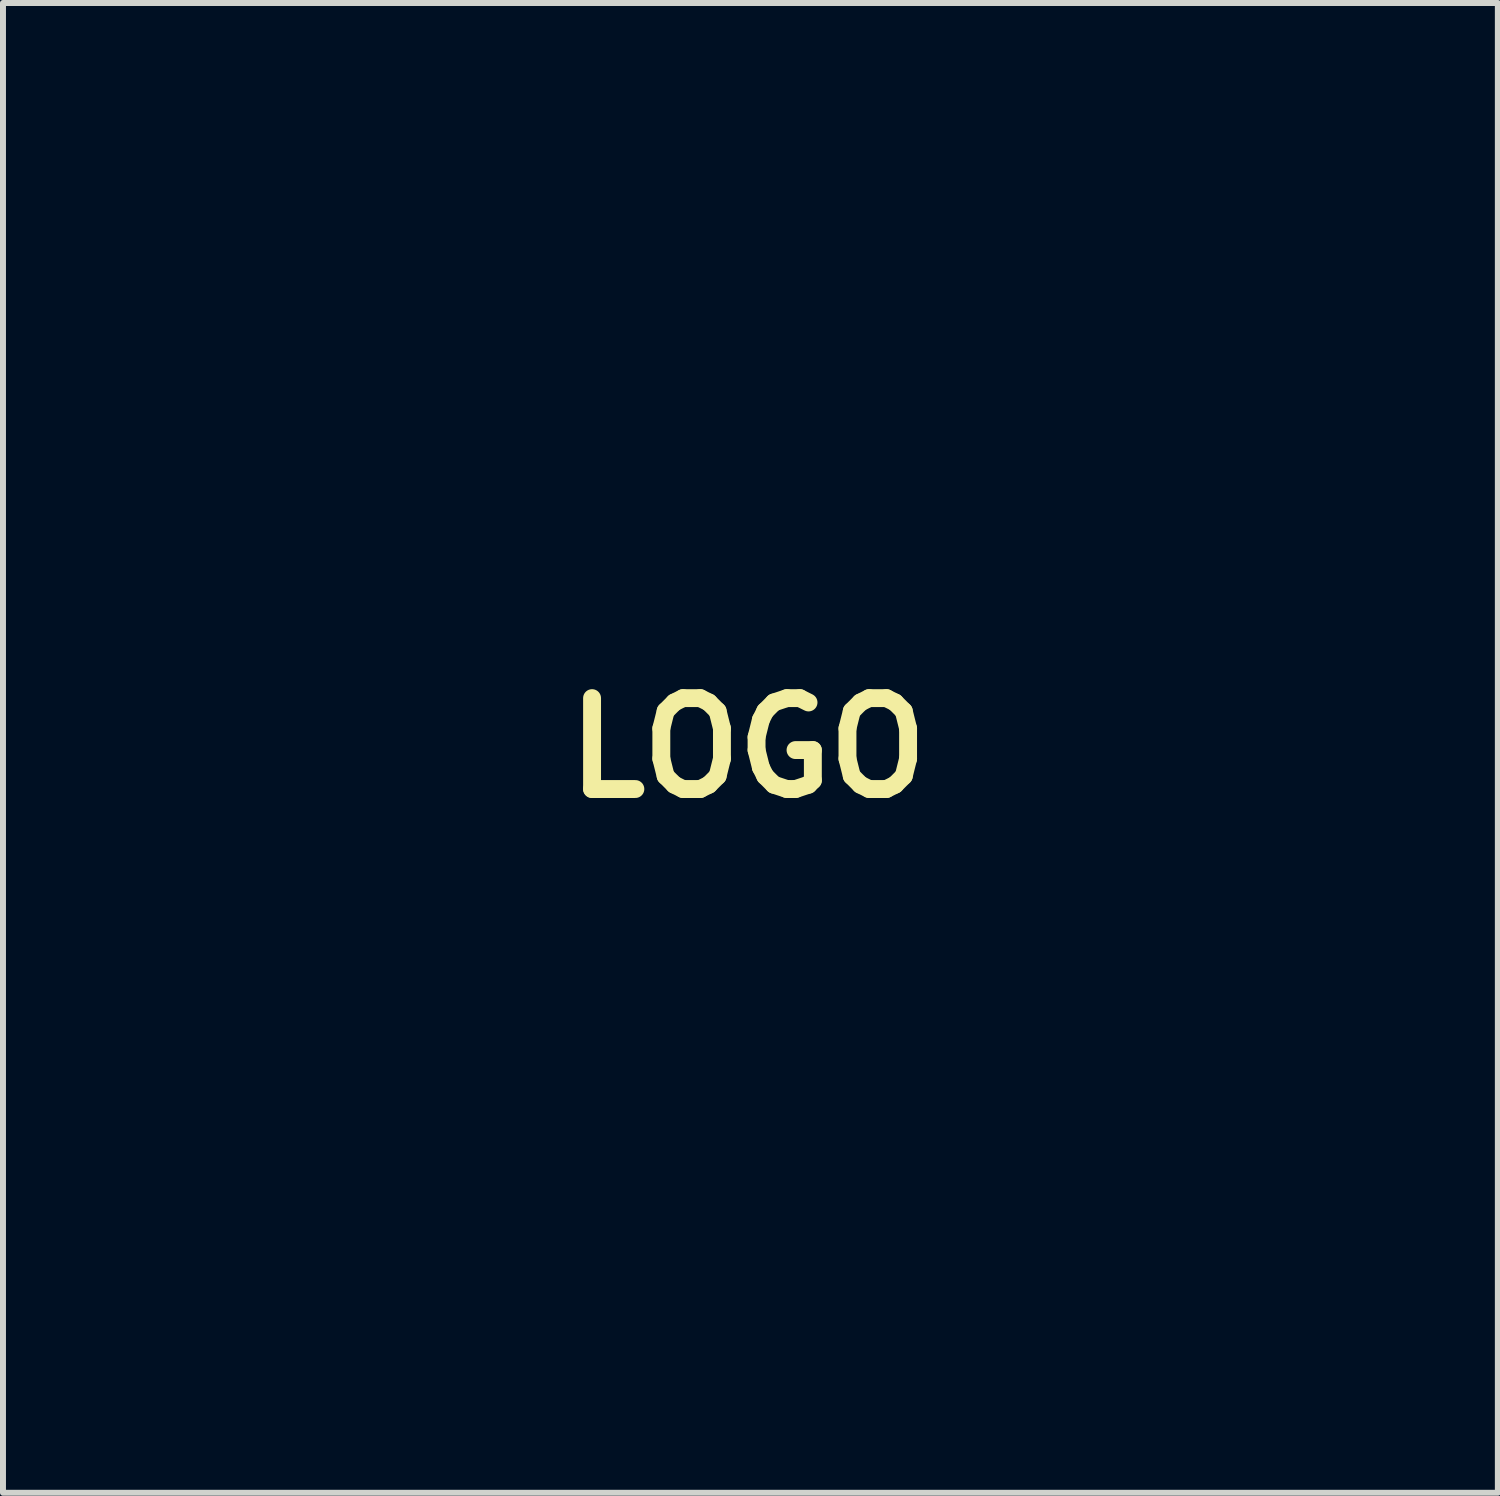
<source format=kicad_pcb>
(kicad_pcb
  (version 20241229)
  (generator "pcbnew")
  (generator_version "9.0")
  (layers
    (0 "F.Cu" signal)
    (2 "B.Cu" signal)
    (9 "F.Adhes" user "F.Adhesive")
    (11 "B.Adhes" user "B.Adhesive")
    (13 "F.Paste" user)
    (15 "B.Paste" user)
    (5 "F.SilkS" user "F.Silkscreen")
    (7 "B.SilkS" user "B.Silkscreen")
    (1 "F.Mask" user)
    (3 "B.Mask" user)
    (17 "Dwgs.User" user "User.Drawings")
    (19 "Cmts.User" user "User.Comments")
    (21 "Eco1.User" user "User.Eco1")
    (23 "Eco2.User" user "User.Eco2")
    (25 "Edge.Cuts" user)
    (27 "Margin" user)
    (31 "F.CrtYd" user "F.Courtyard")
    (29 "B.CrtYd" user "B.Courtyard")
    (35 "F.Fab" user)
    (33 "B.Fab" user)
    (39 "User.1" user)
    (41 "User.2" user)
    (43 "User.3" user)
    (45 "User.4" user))
  (footprint "LOGO"
    (layer "F.Cu")
    (at 9.488 9.488)
    (property "Reference" "LOGO" (at 0 0 0) (layer "F.SilkS") (effects (font (size 1.524 1.524) (thickness 0.3))))
    (attr through_hole)
    (fp_poly (pts (xy -1.27 8.17) (xy -1.312 8.213) (xy -1.355 8.17) (xy -1.312 8.128) (xy -1.27 8.17)) (stroke (width 0.01) (type solid)) (fill yes) (layer "F.Mask"))
    (fp_poly (pts (xy -0.254 3.26) (xy -0.296 3.302) (xy -0.339 3.26) (xy -0.296 3.217) (xy -0.254 3.26)) (stroke (width 0.01) (type solid)) (fill yes) (layer "F.Mask"))
    (fp_poly (pts (xy 0.339 8.424) (xy 0.296 8.467) (xy 0.254 8.424) (xy 0.296 8.382) (xy 0.339 8.424)) (stroke (width 0.01) (type solid)) (fill yes) (layer "F.Mask"))
    (fp_poly (pts (xy 1.27 8.509) (xy 1.228 8.551) (xy 1.185 8.509) (xy 1.228 8.467) (xy 1.27 8.509)) (stroke (width 0.01) (type solid)) (fill yes) (layer "F.Mask"))
    (fp_poly (pts (xy 3.556 3.175) (xy 3.514 3.217) (xy 3.471 3.175) (xy 3.514 3.133) (xy 3.556 3.175)) (stroke (width 0.01) (type solid)) (fill yes) (layer "F.Mask"))
    (fp_poly (pts (xy -4.008 7.394) (xy -4.019 7.445) (xy -4.064 7.451) (xy -4.134 7.42) (xy -4.12 7.394) (xy -4.02 7.384) (xy -4.008 7.394)) (stroke (width 0.01) (type solid)) (fill yes) (layer "F.Mask"))
    (fp_poly (pts (xy -0.536 3.246) (xy -0.548 3.296) (xy -0.593 3.302) (xy -0.662 3.271) (xy -0.649 3.246) (xy -0.549 3.235) (xy -0.536 3.246)) (stroke (width 0.01) (type solid)) (fill yes) (layer "F.Mask"))
    (fp_poly (pts (xy 1.834 8.495) (xy 1.823 8.545) (xy 1.778 8.551) (xy 1.708 8.52) (xy 1.722 8.495) (xy 1.822 8.485) (xy 1.834 8.495)) (stroke (width 0.01) (type solid)) (fill yes) (layer "F.Mask"))
    (fp_poly (pts (xy 1.919 3.076) (xy 1.907 3.127) (xy 1.863 3.133) (xy 1.793 3.102) (xy 1.806 3.076) (xy 1.907 3.066) (xy 1.919 3.076)) (stroke (width 0.01) (type solid)) (fill yes) (layer "F.Mask"))
    (fp_poly (pts (xy 2.641 3.075) (xy 2.673 3.112) (xy 2.589 3.126) (xy 2.48 3.11) (xy 2.478 3.082) (xy 2.592 3.061) (xy 2.641 3.075)) (stroke (width 0.01) (type solid)) (fill yes) (layer "F.Mask"))
    (fp_poly (pts (xy 3.782 8.156) (xy 3.77 8.207) (xy 3.725 8.213) (xy 3.656 8.182) (xy 3.669 8.156) (xy 3.769 8.146) (xy 3.782 8.156)) (stroke (width 0.01) (type solid)) (fill yes) (layer "F.Mask"))
    (fp_poly (pts (xy 5.306 -6.83) (xy 5.316 -6.729) (xy 5.306 -6.717) (xy 5.255 -6.729) (xy 5.249 -6.773) (xy 5.28 -6.843) (xy 5.306 -6.83)) (stroke (width 0.01) (type solid)) (fill yes) (layer "F.Mask"))
    (fp_poly (pts (xy 5.306 0.028) (xy 5.316 0.129) (xy 5.306 0.141) (xy 5.255 0.129) (xy 5.249 0.085) (xy 5.28 0.015) (xy 5.306 0.028)) (stroke (width 0.01) (type solid)) (fill yes) (layer "F.Mask"))
    (fp_poly (pts (xy 5.729 -4.374) (xy 5.717 -4.324) (xy 5.673 -4.318) (xy 5.603 -4.349) (xy 5.616 -4.374) (xy 5.717 -4.385) (xy 5.729 -4.374)) (stroke (width 0.01) (type solid)) (fill yes) (layer "F.Mask"))
    (fp_poly (pts (xy 1.088 6.962) (xy 1.101 7.006) (xy 1.035 7.089) (xy 1.005 7.101) (xy 0.937 7.074) (xy 0.942 7.038) (xy 1.013 6.952) (xy 1.088 6.962)) (stroke (width 0.01) (type solid)) (fill yes) (layer "F.Mask"))
    (fp_poly (pts (xy 5.068 0.062) (xy 5.08 0.122) (xy 5.052 0.244) (xy 4.979 0.208) (xy 4.957 0.175) (xy 4.967 0.066) (xy 4.994 0.043) (xy 5.068 0.062)) (stroke (width 0.01) (type solid)) (fill yes) (layer "F.Mask"))
    (fp_poly (pts (xy 5.409 -4.459) (xy 5.372 -4.386) (xy 5.34 -4.364) (xy 5.231 -4.375) (xy 5.208 -4.401) (xy 5.226 -4.475) (xy 5.287 -4.487) (xy 5.409 -4.459)) (stroke (width 0.01) (type solid)) (fill yes) (layer "F.Mask"))
    (fp_poly (pts (xy 6.253 0.102) (xy 6.206 0.178) (xy 6.1 0.22) (xy 6.062 0.183) (xy 6.069 0.068) (xy 6.1 0.04) (xy 6.22 0.02) (xy 6.253 0.102)) (stroke (width 0.01) (type solid)) (fill yes) (layer "F.Mask"))
    (fp_poly (pts (xy -3.728 7.31) (xy -3.725 7.319) (xy -3.785 7.391) (xy -3.81 7.408) (xy -3.888 7.402) (xy -3.895 7.371) (xy -3.833 7.285) (xy -3.81 7.281) (xy -3.728 7.31)) (stroke (width 0.01) (type solid)) (fill yes) (layer "F.Mask"))
    (fp_poly (pts (xy -0.341 8.192) (xy -0.339 8.213) (xy -0.403 8.295) (xy -0.423 8.297) (xy -0.506 8.233) (xy -0.508 8.213) (xy -0.444 8.13) (xy -0.423 8.128) (xy -0.341 8.192)) (stroke (width 0.01) (type solid)) (fill yes) (layer "F.Mask"))
    (fp_poly (pts (xy 0.407 6.929) (xy 0.423 7.027) (xy 0.388 7.165) (xy 0.339 7.197) (xy 0.27 7.126) (xy 0.254 7.027) (xy 0.289 6.89) (xy 0.339 6.858) (xy 0.407 6.929)) (stroke (width 0.01) (type solid)) (fill yes) (layer "F.Mask"))
    (fp_poly (pts (xy 0.797 6.983) (xy 0.804 7.027) (xy 0.738 7.154) (xy 0.699 7.176) (xy 0.614 7.136) (xy 0.593 7.027) (xy 0.632 6.893) (xy 0.699 6.879) (xy 0.797 6.983)) (stroke (width 0.01) (type solid)) (fill yes) (layer "F.Mask"))
    (fp_poly (pts (xy 1.437 6.922) (xy 1.439 6.943) (xy 1.375 7.025) (xy 1.355 7.027) (xy 1.272 6.963) (xy 1.27 6.943) (xy 1.334 6.86) (xy 1.355 6.858) (xy 1.437 6.922)) (stroke (width 0.01) (type solid)) (fill yes) (layer "F.Mask"))
    (fp_poly (pts (xy 4.654 -3.153) (xy 4.657 -3.133) (xy 4.588 -3.058) (xy 4.525 -3.048) (xy 4.437 -3.089) (xy 4.445 -3.133) (xy 4.553 -3.214) (xy 4.577 -3.217) (xy 4.654 -3.153)) (stroke (width 0.01) (type solid)) (fill yes) (layer "F.Mask"))
    (fp_poly (pts (xy 4.703 0.045) (xy 4.706 0.139) (xy 4.597 0.224) (xy 4.544 0.239) (xy 4.423 0.203) (xy 4.403 0.133) (xy 4.474 0.023) (xy 4.579 0) (xy 4.703 0.045)) (stroke (width 0.01) (type solid)) (fill yes) (layer "F.Mask"))
    (fp_poly (pts (xy 5.247 -4.712) (xy 5.249 -4.704) (xy 5.19 -4.632) (xy 5.165 -4.614) (xy 5.087 -4.621) (xy 5.08 -4.652) (xy 5.141 -4.738) (xy 5.165 -4.741) (xy 5.247 -4.712)) (stroke (width 0.01) (type solid)) (fill yes) (layer "F.Mask"))
    (fp_poly (pts (xy 5.491 -7.135) (xy 5.503 -7.075) (xy 5.459 -6.959) (xy 5.419 -6.943) (xy 5.336 -7.003) (xy 5.334 -7.022) (xy 5.396 -7.137) (xy 5.419 -7.154) (xy 5.491 -7.135)) (stroke (width 0.01) (type solid)) (fill yes) (layer "F.Mask"))
    (fp_poly (pts (xy 5.528 -4.174) (xy 5.546 -4.149) (xy 5.539 -4.071) (xy 5.508 -4.064) (xy 5.422 -4.125) (xy 5.419 -4.149) (xy 5.448 -4.231) (xy 5.456 -4.233) (xy 5.528 -4.174)) (stroke (width 0.01) (type solid)) (fill yes) (layer "F.Mask"))
    (fp_poly (pts (xy 5.567 -2.468) (xy 5.588 -2.328) (xy 5.559 -2.169) (xy 5.503 -2.117) (xy 5.44 -2.189) (xy 5.419 -2.328) (xy 5.448 -2.487) (xy 5.503 -2.54) (xy 5.567 -2.468)) (stroke (width 0.01) (type solid)) (fill yes) (layer "F.Mask"))
    (fp_poly (pts (xy 5.67 0.061) (xy 5.673 0.08) (xy 5.611 0.194) (xy 5.588 0.212) (xy 5.516 0.192) (xy 5.503 0.132) (xy 5.548 0.016) (xy 5.588 0) (xy 5.67 0.061)) (stroke (width 0.01) (type solid)) (fill yes) (layer "F.Mask"))
    (fp_poly (pts (xy 5.83 -4.172) (xy 5.842 -4.111) (xy 5.798 -3.995) (xy 5.757 -3.979) (xy 5.675 -4.04) (xy 5.673 -4.059) (xy 5.734 -4.174) (xy 5.757 -4.191) (xy 5.83 -4.172)) (stroke (width 0.01) (type solid)) (fill yes) (layer "F.Mask"))
    (fp_poly (pts (xy 5.911 -2.384) (xy 5.927 -2.286) (xy 5.891 -2.148) (xy 5.842 -2.117) (xy 5.773 -2.188) (xy 5.757 -2.286) (xy 5.793 -2.424) (xy 5.842 -2.455) (xy 5.911 -2.384)) (stroke (width 0.01) (type solid)) (fill yes) (layer "F.Mask"))
    (fp_poly (pts (xy 5.914 0.062) (xy 5.927 0.122) (xy 5.882 0.238) (xy 5.842 0.254) (xy 5.76 0.193) (xy 5.757 0.174) (xy 5.819 0.06) (xy 5.842 0.042) (xy 5.914 0.062)) (stroke (width 0.01) (type solid)) (fill yes) (layer "F.Mask"))
    (fp_poly (pts (xy 6.599 -5.266) (xy 6.635 -5.207) (xy 6.623 -5.098) (xy 6.568 -5.08) (xy 6.44 -5.148) (xy 6.404 -5.207) (xy 6.415 -5.316) (xy 6.471 -5.334) (xy 6.599 -5.266)) (stroke (width 0.01) (type solid)) (fill yes) (layer "F.Mask"))
    (fp_poly (pts (xy 6.682 -3.253) (xy 6.689 -3.222) (xy 6.627 -3.136) (xy 6.604 -3.133) (xy 6.522 -3.162) (xy 6.519 -3.17) (xy 6.579 -3.242) (xy 6.604 -3.26) (xy 6.682 -3.253)) (stroke (width 0.01) (type solid)) (fill yes) (layer "F.Mask"))
    (fp_poly (pts (xy 6.771 -2.56) (xy 6.773 -2.54) (xy 6.709 -2.458) (xy 6.689 -2.455) (xy 6.606 -2.52) (xy 6.604 -2.54) (xy 6.668 -2.622) (xy 6.689 -2.625) (xy 6.771 -2.56)) (stroke (width 0.01) (type solid)) (fill yes) (layer "F.Mask"))
    (fp_poly (pts (xy 6.968 0.062) (xy 6.985 0.085) (xy 6.966 0.157) (xy 6.905 0.169) (xy 6.789 0.125) (xy 6.773 0.085) (xy 6.834 0.002) (xy 6.853 0) (xy 6.968 0.062)) (stroke (width 0.01) (type solid)) (fill yes) (layer "F.Mask"))
    (fp_poly (pts (xy 7.11 -2.476) (xy 7.112 -2.455) (xy 7.048 -2.373) (xy 7.027 -2.371) (xy 6.945 -2.435) (xy 6.943 -2.455) (xy 7.007 -2.538) (xy 7.027 -2.54) (xy 7.11 -2.476)) (stroke (width 0.01) (type solid)) (fill yes) (layer "F.Mask"))
    (fp_poly (pts (xy 7.665 -3.445) (xy 7.695 -3.319) (xy 7.69 -3.3) (xy 7.628 -3.259) (xy 7.541 -3.337) (xy 7.472 -3.47) (xy 7.482 -3.531) (xy 7.575 -3.537) (xy 7.665 -3.445)) (stroke (width 0.01) (type solid)) (fill yes) (layer "F.Mask"))
    (fp_poly (pts (xy 7.872 -3.068) (xy 7.874 -3.048) (xy 7.81 -2.966) (xy 7.789 -2.963) (xy 7.707 -3.028) (xy 7.705 -3.048) (xy 7.769 -3.13) (xy 7.789 -3.133) (xy 7.872 -3.068)) (stroke (width 0.01) (type solid)) (fill yes) (layer "F.Mask"))
    (fp_poly (pts (xy 8.041 -2.814) (xy 8.043 -2.794) (xy 7.979 -2.712) (xy 7.959 -2.709) (xy 7.876 -2.774) (xy 7.874 -2.794) (xy 7.938 -2.876) (xy 7.959 -2.879) (xy 8.041 -2.814)) (stroke (width 0.01) (type solid)) (fill yes) (layer "F.Mask"))
    (fp_poly (pts (xy -5.276 4.958) (xy -5.265 5.058) (xy -5.352 5.189) (xy -5.497 5.237) (xy -5.621 5.179) (xy -5.627 5.169) (xy -5.643 5.026) (xy -5.525 4.929) (xy -5.407 4.911) (xy -5.276 4.958)) (stroke (width 0.01) (type solid)) (fill yes) (layer "F.Mask"))
    (fp_poly (pts (xy -3.39 7.343) (xy -3.387 7.394) (xy -3.387 7.599) (xy -3.452 7.682) (xy -3.472 7.691) (xy -3.529 7.646) (xy -3.531 7.545) (xy -3.485 7.38) (xy -3.429 7.303) (xy -3.39 7.343)) (stroke (width 0.01) (type solid)) (fill yes) (layer "F.Mask"))
    (fp_poly (pts (xy 0.078 6.936) (xy 0.108 6.988) (xy 0.139 7.146) (xy 0.058 7.23) (xy -0.08 7.2) (xy -0.157 7.119) (xy -0.104 7.009) (xy -0.086 6.986) (xy 0.011 6.892) (xy 0.078 6.936)) (stroke (width 0.01) (type solid)) (fill yes) (layer "F.Mask"))
    (fp_poly (pts (xy 1.398 4.616) (xy 1.439 4.731) (xy 1.374 4.858) (xy 1.224 4.935) (xy 1.062 4.942) (xy 0.959 4.862) (xy 0.959 4.689) (xy 1.1 4.588) (xy 1.233 4.572) (xy 1.398 4.616)) (stroke (width 0.01) (type solid)) (fill yes) (layer "F.Mask"))
    (fp_poly (pts (xy 5.051 -4.222) (xy 5.156 -4.083) (xy 5.098 -3.961) (xy 4.995 -3.895) (xy 4.869 -3.85) (xy 4.828 -3.932) (xy 4.826 -4.005) (xy 4.858 -4.216) (xy 4.951 -4.275) (xy 5.051 -4.222)) (stroke (width 0.01) (type solid)) (fill yes) (layer "F.Mask"))
    (fp_poly (pts (xy 5.49 -4.764) (xy 5.561 -4.636) (xy 5.574 -4.533) (xy 5.569 -4.526) (xy 5.502 -4.56) (xy 5.44 -4.619) (xy 5.341 -4.764) (xy 5.385 -4.824) (xy 5.41 -4.826) (xy 5.49 -4.764)) (stroke (width 0.01) (type solid)) (fill yes) (layer "F.Mask"))
    (fp_poly (pts (xy 6.847 -2.984) (xy 6.915 -2.852) (xy 6.922 -2.747) (xy 6.918 -2.741) (xy 6.844 -2.766) (xy 6.789 -2.812) (xy 6.697 -2.95) (xy 6.719 -3.038) (xy 6.764 -3.048) (xy 6.847 -2.984)) (stroke (width 0.01) (type solid)) (fill yes) (layer "F.Mask"))
    (fp_poly (pts (xy -1.179 6.798) (xy -1.147 6.879) (xy -1.152 6.894) (xy -1.282 7.041) (xy -1.478 7.046) (xy -1.552 7.013) (xy -1.654 6.911) (xy -1.606 6.824) (xy -1.428 6.776) (xy -1.352 6.773) (xy -1.179 6.798)) (stroke (width 0.01) (type solid)) (fill yes) (layer "F.Mask"))
    (fp_poly (pts (xy 2.878 8.397) (xy 2.815 8.453) (xy 2.794 8.467) (xy 2.602 8.535) (xy 2.498 8.544) (xy 2.377 8.536) (xy 2.411 8.505) (xy 2.498 8.467) (xy 2.695 8.404) (xy 2.794 8.389) (xy 2.878 8.397)) (stroke (width 0.01) (type solid)) (fill yes) (layer "F.Mask"))
    (fp_poly (pts (xy 3.057 3.344) (xy 3.083 3.375) (xy 3.066 3.476) (xy 2.965 3.594) (xy 2.842 3.674) (xy 2.766 3.669) (xy 2.717 3.544) (xy 2.709 3.457) (xy 2.776 3.341) (xy 2.919 3.297) (xy 3.057 3.344)) (stroke (width 0.01) (type solid)) (fill yes) (layer "F.Mask"))
    (fp_poly (pts (xy 5.249 -3.813) (xy 5.179 -3.71) (xy 5.018 -3.611) (xy 4.839 -3.559) (xy 4.81 -3.558) (xy 4.791 -3.602) (xy 4.888 -3.707) (xy 4.911 -3.725) (xy 5.12 -3.866) (xy 5.228 -3.878) (xy 5.249 -3.813)) (stroke (width 0.01) (type solid)) (fill yes) (layer "F.Mask"))
    (fp_poly (pts (xy 5.761 -5.448) (xy 5.766 -5.444) (xy 5.806 -5.315) (xy 5.744 -5.175) (xy 5.617 -5.022) (xy 5.537 -5.019) (xy 5.529 -5.16) (xy 5.543 -5.228) (xy 5.608 -5.438) (xy 5.673 -5.503) (xy 5.761 -5.448)) (stroke (width 0.01) (type solid)) (fill yes) (layer "F.Mask"))
    (fp_poly (pts (xy 7.728 -4.733) (xy 7.82 -4.594) (xy 7.832 -4.527) (xy 7.785 -4.374) (xy 7.678 -4.352) (xy 7.557 -4.46) (xy 7.523 -4.523) (xy 7.469 -4.701) (xy 7.483 -4.802) (xy 7.596 -4.818) (xy 7.728 -4.733)) (stroke (width 0.01) (type solid)) (fill yes) (layer "F.Mask"))
    (fp_poly (pts (xy -1.246 6.34) (xy -1.21 6.374) (xy -1.127 6.477) (xy -1.17 6.543) (xy -1.303 6.601) (xy -1.586 6.68) (xy -1.741 6.655) (xy -1.778 6.56) (xy -1.708 6.433) (xy -1.563 6.333) (xy -1.381 6.28) (xy -1.246 6.34)) (stroke (width 0.01) (type solid)) (fill yes) (layer "F.Mask"))
    (fp_poly (pts (xy 0.72 4.445) (xy 0.233 4.47) (xy -0.254 4.496) (xy -0.254 3.989) (xy -0.244 3.713) (xy -0.219 3.514) (xy -0.191 3.443) (xy -0.075 3.415) (xy 0.148 3.387) (xy 0.296 3.374) (xy 0.72 3.344) (xy 0.72 4.445)) (stroke (width 0.01) (type solid)) (fill yes) (layer "F.Mask"))
    (fp_poly (pts (xy 0.805 5.963) (xy 0.836 6.097) (xy 0.83 6.322) (xy 0.788 6.61) (xy 0.722 6.748) (xy 0.654 6.735) (xy 0.605 6.567) (xy 0.593 6.357) (xy 0.605 6.091) (xy 0.649 5.959) (xy 0.724 5.927) (xy 0.805 5.963)) (stroke (width 0.01) (type solid)) (fill yes) (layer "F.Mask"))
    (fp_poly (pts (xy 1.439 5.981) (xy 1.477 6.188) (xy 1.482 6.343) (xy 1.457 6.608) (xy 1.388 6.745) (xy 1.371 6.754) (xy 1.307 6.733) (xy 1.281 6.598) (xy 1.286 6.337) (xy 1.324 6.055) (xy 1.381 5.936) (xy 1.439 5.981)) (stroke (width 0.01) (type solid)) (fill yes) (layer "F.Mask"))
    (fp_poly (pts (xy 5.454 -3.562) (xy 5.35 -3.467) (xy 5.171 -3.361) (xy 4.958 -3.271) (xy 4.921 -3.259) (xy 4.781 -3.237) (xy 4.778 -3.294) (xy 4.904 -3.409) (xy 5.105 -3.524) (xy 5.31 -3.605) (xy 5.444 -3.618) (xy 5.454 -3.562)) (stroke (width 0.01) (type solid)) (fill yes) (layer "F.Mask"))
    (fp_poly (pts (xy 8.175 -2.498) (xy 8.282 -2.327) (xy 8.356 -2.26) (xy 8.431 -2.158) (xy 8.421 -2.111) (xy 8.312 -2.034) (xy 8.197 -2.113) (xy 8.123 -2.256) (xy 8.072 -2.452) (xy 8.073 -2.574) (xy 8.125 -2.584) (xy 8.175 -2.498)) (stroke (width 0.01) (type solid)) (fill yes) (layer "F.Mask"))
    (fp_poly (pts (xy -2.386 3.198) (xy -2.371 3.214) (xy -2.448 3.264) (xy -2.653 3.295) (xy -2.85 3.302) (xy -3.103 3.297) (xy -3.262 3.285) (xy -3.295 3.271) (xy -3.177 3.228) (xy -2.97 3.196) (xy -2.73 3.178) (xy -2.516 3.177) (xy -2.386 3.198)) (stroke (width 0.01) (type solid)) (fill yes) (layer "F.Mask"))
    (fp_poly (pts (xy 0.387 6.003) (xy 0.418 6.198) (xy 0.423 6.35) (xy 0.408 6.591) (xy 0.369 6.745) (xy 0.339 6.773) (xy 0.29 6.697) (xy 0.26 6.502) (xy 0.254 6.35) (xy 0.269 6.109) (xy 0.308 5.955) (xy 0.339 5.927) (xy 0.387 6.003)) (stroke (width 0.01) (type solid)) (fill yes) (layer "F.Mask"))
    (fp_poly (pts (xy 1.103 5.913) (xy 1.133 6.089) (xy 1.134 6.32) (xy 1.103 6.583) (xy 1.047 6.731) (xy 0.988 6.751) (xy 0.943 6.63) (xy 0.931 6.449) (xy 0.944 6.196) (xy 0.974 6.002) (xy 0.983 5.976) (xy 1.05 5.869) (xy 1.103 5.913)) (stroke (width 0.01) (type solid)) (fill yes) (layer "F.Mask"))
    (fp_poly (pts (xy 1.381 3.329) (xy 1.425 3.407) (xy 1.307 3.535) (xy 1.228 3.591) (xy 1.081 3.664) (xy 1.016 3.653) (xy 1.016 3.65) (xy 0.988 3.506) (xy 0.965 3.436) (xy 0.965 3.341) (xy 1.088 3.305) (xy 1.176 3.302) (xy 1.381 3.329)) (stroke (width 0.01) (type solid)) (fill yes) (layer "F.Mask"))
    (fp_poly (pts (xy 5.523 -3.366) (xy 5.516 -3.311) (xy 5.39 -3.206) (xy 5.301 -3.149) (xy 5.075 -3.021) (xy 4.959 -2.973) (xy 4.916 -2.996) (xy 4.911 -3.046) (xy 4.981 -3.139) (xy 5.146 -3.247) (xy 5.34 -3.336) (xy 5.497 -3.37) (xy 5.523 -3.366)) (stroke (width 0.01) (type solid)) (fill yes) (layer "F.Mask"))
    (fp_poly (pts (xy 6.396 -5.074) (xy 6.383 -4.957) (xy 6.278 -4.82) (xy 6.109 -4.682) (xy 6.026 -4.674) (xy 6.011 -4.741) (xy 6.076 -4.824) (xy 6.096 -4.826) (xy 6.165 -4.897) (xy 6.181 -4.995) (xy 6.226 -5.14) (xy 6.326 -5.148) (xy 6.396 -5.074)) (stroke (width 0.01) (type solid)) (fill yes) (layer "F.Mask"))
    (fp_poly (pts (xy -4.354 4.855) (xy -4.184 4.926) (xy -4.091 5.013) (xy -4.11 5.09) (xy -4.16 5.114) (xy -4.457 5.18) (xy -4.734 5.198) (xy -4.934 5.166) (xy -4.988 5.131) (xy -5.026 4.997) (xy -4.919 4.892) (xy -4.694 4.833) (xy -4.565 4.826) (xy -4.354 4.855)) (stroke (width 0.01) (type solid)) (fill yes) (layer "F.Mask"))
    (fp_poly (pts (xy 0.075 5.996) (xy 0.08 6.003) (xy 0.107 6.134) (xy 0.106 6.341) (xy 0.081 6.558) (xy 0.041 6.723) (xy 0.00037 6.773) (xy -0.052 6.699) (xy -0.098 6.513) (xy -0.106 6.456) (xy -0.108 6.231) (xy -0.068 6.053) (xy -0.002 5.961) (xy 0.075 5.996)) (stroke (width 0.01) (type solid)) (fill yes) (layer "F.Mask"))
    (fp_poly (pts (xy 5.15 -5.433) (xy 5.165 -5.343) (xy 5.224 -5.185) (xy 5.292 -5.134) (xy 5.404 -5.044) (xy 5.419 -4.998) (xy 5.375 -4.915) (xy 5.258 -4.965) (xy 5.141 -5.081) (xy 5.029 -5.262) (xy 4.999 -5.419) (xy 5.057 -5.501) (xy 5.08 -5.503) (xy 5.15 -5.433)) (stroke (width 0.01) (type solid)) (fill yes) (layer "F.Mask"))
    (fp_poly (pts (xy 6.1 -6.112) (xy 6.129 -5.942) (xy 6.07 -5.722) (xy 5.968 -5.545) (xy 5.878 -5.513) (xy 5.814 -5.56) (xy 5.757 -5.694) (xy 5.801 -5.812) (xy 5.876 -5.842) (xy 5.96 -5.904) (xy 5.951 -6.011) (xy 5.95 -6.146) (xy 5.992 -6.181) (xy 6.1 -6.112)) (stroke (width 0.01) (type solid)) (fill yes) (layer "F.Mask"))
    (fp_poly (pts (xy 1.865 5.936) (xy 1.886 6.11) (xy 1.882 6.181) (xy 1.841 6.581) (xy 1.79 6.857) (xy 1.738 7.002) (xy 1.691 7.007) (xy 1.657 6.864) (xy 1.643 6.565) (xy 1.643 6.456) (xy 1.656 6.139) (xy 1.688 5.961) (xy 1.746 5.89) (xy 1.778 5.884) (xy 1.865 5.936)) (stroke (width 0.01) (type solid)) (fill yes) (layer "F.Mask"))
    (fp_poly (pts (xy 2.261 5.911) (xy 2.286 6.21) (xy 2.286 6.258) (xy 2.277 6.553) (xy 2.244 6.713) (xy 2.18 6.771) (xy 2.155 6.773) (xy 2.08 6.741) (xy 2.046 6.622) (xy 2.045 6.379) (xy 2.049 6.293) (xy 2.086 5.965) (xy 2.145 5.791) (xy 2.209 5.772) (xy 2.261 5.911)) (stroke (width 0.01) (type solid)) (fill yes) (layer "F.Mask"))
    (fp_poly (pts (xy 8.2 -5.198) (xy 8.203 -5.137) (xy 8.056 -5.069) (xy 7.895 -5.034) (xy 7.647 -4.988) (xy 7.455 -4.947) (xy 7.437 -4.942) (xy 7.29 -4.95) (xy 7.245 -4.986) (xy 7.236 -5.076) (xy 7.351 -5.144) (xy 7.608 -5.199) (xy 7.787 -5.223) (xy 8.058 -5.233) (xy 8.2 -5.198)) (stroke (width 0.01) (type solid)) (fill yes) (layer "F.Mask"))
    (fp_poly (pts (xy -5.256 7.204) (xy -5.263 7.248) (xy -5.325 7.357) (xy -5.478 7.411) (xy -5.749 7.415) (xy -6.032 7.391) (xy -6.267 7.342) (xy -6.341 7.279) (xy -6.258 7.223) (xy -6.024 7.196) (xy -5.99 7.196) (xy -5.711 7.182) (xy -5.472 7.15) (xy -5.431 7.141) (xy -5.287 7.124) (xy -5.256 7.204)) (stroke (width 0.01) (type solid)) (fill yes) (layer "F.Mask"))
    (fp_poly (pts (xy 5.685 -6.879) (xy 5.704 -6.758) (xy 5.636 -6.664) (xy 5.529 -6.52) (xy 5.503 -6.441) (xy 5.442 -6.354) (xy 5.419 -6.35) (xy 5.344 -6.419) (xy 5.334 -6.477) (xy 5.385 -6.59) (xy 5.428 -6.604) (xy 5.485 -6.665) (xy 5.474 -6.728) (xy 5.48 -6.866) (xy 5.579 -6.925) (xy 5.685 -6.879)) (stroke (width 0.01) (type solid)) (fill yes) (layer "F.Mask"))
    (fp_poly (pts (xy 6.256 -3.996) (xy 6.265 -3.943) (xy 6.338 -3.756) (xy 6.509 -3.631) (xy 6.687 -3.616) (xy 6.83 -3.609) (xy 6.858 -3.536) (xy 6.782 -3.437) (xy 6.624 -3.406) (xy 6.416 -3.452) (xy 6.279 -3.626) (xy 6.162 -3.873) (xy 6.114 -4.005) (xy 6.129 -4.057) (xy 6.172 -4.064) (xy 6.256 -3.996)) (stroke (width 0.01) (type solid)) (fill yes) (layer "F.Mask"))
    (fp_poly (pts (xy 5.346 -6.221) (xy 5.39 -6.122) (xy 5.357 -6.002) (xy 5.344 -5.987) (xy 5.261 -5.83) (xy 5.265 -5.663) (xy 5.347 -5.57) (xy 5.413 -5.476) (xy 5.406 -5.424) (xy 5.344 -5.393) (xy 5.23 -5.523) (xy 5.223 -5.534) (xy 5.137 -5.761) (xy 5.133 -6.003) (xy 5.21 -6.189) (xy 5.253 -6.225) (xy 5.346 -6.221)) (stroke (width 0.01) (type solid)) (fill yes) (layer "F.Mask"))
    (fp_poly (pts (xy -4.853 7.504) (xy -4.573 7.518) (xy -4.274 7.54) (xy -3.999 7.568) (xy -3.79 7.598) (xy -3.69 7.627) (xy -3.691 7.638) (xy -3.815 7.665) (xy -4.051 7.68) (xy -4.35 7.683) (xy -4.665 7.676) (xy -4.946 7.659) (xy -5.146 7.634) (xy -5.215 7.608) (xy -5.196 7.521) (xy -5.187 7.517) (xy -5.072 7.502) (xy -4.853 7.504)) (stroke (width 0.01) (type solid)) (fill yes) (layer "F.Mask"))
    (fp_poly (pts (xy -0.642 8.519) (xy -0.346 8.536) (xy -0.072 8.562) (xy 0.132 8.597) (xy 0.169 8.607) (xy 0.233 8.658) (xy 0.168 8.75) (xy 0.096 8.812) (xy -0.19 8.946) (xy -0.53 8.965) (xy -0.853 8.869) (xy -0.962 8.799) (xy -1.114 8.66) (xy -1.185 8.556) (xy -1.185 8.55) (xy -1.109 8.524) (xy -0.912 8.515) (xy -0.642 8.519)) (stroke (width 0.01) (type solid)) (fill yes) (layer "F.Mask"))
    (fp_poly (pts (xy -5.526 7.64) (xy -5.436 7.699) (xy -5.438 7.72) (xy -5.53 7.76) (xy -5.749 7.792) (xy -6.053 7.817) (xy -6.4 7.833) (xy -6.749 7.838) (xy -7.057 7.831) (xy -7.282 7.811) (xy -7.372 7.786) (xy -7.338 7.755) (xy -7.17 7.721) (xy -6.905 7.687) (xy -6.579 7.656) (xy -6.227 7.633) (xy -5.885 7.621) (xy -5.78 7.62) (xy -5.526 7.64)) (stroke (width 0.01) (type solid)) (fill yes) (layer "F.Mask"))
    (fp_poly (pts (xy 6.054 -3.719) (xy 6.186 -3.541) (xy 6.307 -3.329) (xy 6.428 -3.117) (xy 6.527 -2.974) (xy 6.55 -2.952) (xy 6.6 -2.848) (xy 6.536 -2.77) (xy 6.456 -2.771) (xy 6.357 -2.857) (xy 6.35 -2.89) (xy 6.306 -3.005) (xy 6.195 -3.198) (xy 6.138 -3.284) (xy 6.008 -3.5) (xy 5.934 -3.673) (xy 5.927 -3.713) (xy 5.962 -3.782) (xy 6.054 -3.719)) (stroke (width 0.01) (type solid)) (fill yes) (layer "F.Mask"))
    (fp_poly (pts (xy -7.574 -5.057) (xy -7.545 -4.957) (xy -7.567 -4.814) (xy -7.63 -4.573) (xy -7.725 -4.286) (xy -7.835 -3.997) (xy -7.942 -3.751) (xy -8.028 -3.593) (xy -8.066 -3.557) (xy -8.148 -3.621) (xy -8.27 -3.782) (xy -8.302 -3.831) (xy -8.431 -4.16) (xy -8.428 -4.36) (xy -8.326 -4.599) (xy -8.136 -4.832) (xy -7.909 -5.009) (xy -7.695 -5.08) (xy -7.693 -5.08) (xy -7.574 -5.057)) (stroke (width 0.01) (type solid)) (fill yes) (layer "F.Mask"))
    (fp_poly (pts (xy 5.742 -3.172) (xy 5.734 -3.094) (xy 5.694 -3.072) (xy 5.592 -2.998) (xy 5.636 -2.933) (xy 5.776 -2.914) (xy 5.944 -2.861) (xy 5.994 -2.773) (xy 5.974 -2.665) (xy 5.843 -2.635) (xy 5.584 -2.68) (xy 5.44 -2.719) (xy 5.254 -2.79) (xy 5.166 -2.856) (xy 5.165 -2.863) (xy 5.231 -2.951) (xy 5.386 -3.057) (xy 5.566 -3.146) (xy 5.707 -3.182) (xy 5.742 -3.172)) (stroke (width 0.01) (type solid)) (fill yes) (layer "F.Mask"))
    (fp_poly (pts (xy -2.645 1.825) (xy -2.468 1.941) (xy -2.421 1.975) (xy -2.224 2.112) (xy -1.934 2.298) (xy -1.607 2.498) (xy -1.525 2.547) (xy -0.891 2.921) (xy -1.313 2.977) (xy -1.846 3.034) (xy -2.231 3.04) (xy -2.482 2.995) (xy -2.614 2.898) (xy -2.62 2.888) (xy -2.677 2.723) (xy -2.727 2.482) (xy -2.764 2.217) (xy -2.782 1.978) (xy -2.774 1.817) (xy -2.75 1.778) (xy -2.645 1.825)) (stroke (width 0.01) (type solid)) (fill yes) (layer "F.Mask"))
    (fp_poly (pts (xy 5.863 -6.538) (xy 5.912 -6.4) (xy 5.876 -6.284) (xy 5.869 -6.278) (xy 5.781 -6.168) (xy 5.678 -5.973) (xy 5.666 -5.948) (xy 5.553 -5.736) (xy 5.459 -5.68) (xy 5.376 -5.758) (xy 5.393 -5.856) (xy 5.446 -5.89) (xy 5.532 -6.001) (xy 5.526 -6.101) (xy 5.53 -6.233) (xy 5.578 -6.265) (xy 5.655 -6.336) (xy 5.673 -6.435) (xy 5.709 -6.572) (xy 5.76 -6.604) (xy 5.863 -6.538)) (stroke (width 0.01) (type solid)) (fill yes) (layer "F.Mask"))
    (fp_poly (pts (xy 6.315 -5.728) (xy 6.382 -5.626) (xy 6.359 -5.471) (xy 6.222 -5.298) (xy 6.078 -5.139) (xy 6.012 -5.014) (xy 6.011 -5.007) (xy 5.953 -4.916) (xy 5.927 -4.911) (xy 5.852 -4.979) (xy 5.842 -5.038) (xy 5.888 -5.15) (xy 5.927 -5.165) (xy 5.995 -5.236) (xy 6.011 -5.334) (xy 6.047 -5.472) (xy 6.096 -5.503) (xy 6.171 -5.572) (xy 6.181 -5.63) (xy 6.224 -5.744) (xy 6.315 -5.728)) (stroke (width 0.01) (type solid)) (fill yes) (layer "F.Mask"))
    (fp_poly (pts (xy 1.453 3.739) (xy 1.476 3.784) (xy 1.517 3.927) (xy 1.453 3.977) (xy 1.333 3.985) (xy 1.204 3.993) (xy 1.225 4.021) (xy 1.349 4.072) (xy 1.486 4.145) (xy 1.479 4.221) (xy 1.433 4.269) (xy 1.253 4.388) (xy 1.122 4.442) (xy 0.998 4.462) (xy 0.944 4.398) (xy 0.931 4.208) (xy 0.931 4.173) (xy 0.95 3.948) (xy 1.032 3.826) (xy 1.18 3.753) (xy 1.363 3.702) (xy 1.453 3.739)) (stroke (width 0.01) (type solid)) (fill yes) (layer "F.Mask"))
    (fp_poly (pts (xy -3.073 -1.157) (xy -3.064 -0.923) (xy -3.061 -0.58) (xy -3.063 -0.16) (xy -3.067 0.064) (xy -3.09 1.337) (xy -3.725 0.878) (xy -4.167 0.556) (xy -4.487 0.318) (xy -4.7 0.148) (xy -4.824 0.034) (xy -4.875 -0.038) (xy -4.873 -0.076) (xy -4.784 -0.158) (xy -4.592 -0.301) (xy -4.329 -0.484) (xy -4.028 -0.686) (xy -3.722 -0.886) (xy -3.444 -1.06) (xy -3.227 -1.189) (xy -3.102 -1.251) (xy -3.086 -1.252) (xy -3.073 -1.157)) (stroke (width 0.01) (type solid)) (fill yes) (layer "F.Mask"))
    (fp_poly (pts (xy -2.547 6.662) (xy -2.554 6.784) (xy -2.633 6.894) (xy -2.667 6.912) (xy -2.779 7.014) (xy -2.794 7.07) (xy -2.862 7.193) (xy -2.92 7.227) (xy -3.004 7.323) (xy -2.994 7.53) (xy -2.994 7.532) (xy -2.981 7.728) (xy -3.037 7.789) (xy -3.101 7.715) (xy -3.132 7.533) (xy -3.133 7.499) (xy -3.101 7.267) (xy -3.025 7.101) (xy -3.019 7.095) (xy -2.888 6.929) (xy -2.804 6.793) (xy -2.699 6.649) (xy -2.622 6.604) (xy -2.547 6.662)) (stroke (width 0.01) (type solid)) (fill yes) (layer "F.Mask"))
    (fp_poly (pts (xy 5.588 6.077) (xy 5.577 6.465) (xy 5.542 6.697) (xy 5.482 6.785) (xy 5.482 6.785) (xy 5.362 6.795) (xy 5.107 6.8) (xy 4.752 6.799) (xy 4.332 6.794) (xy 4.22 6.792) (xy 3.064 6.769) (xy 3.091 6.256) (xy 3.111 5.98) (xy 3.134 5.78) (xy 3.153 5.709) (xy 3.246 5.686) (xy 3.471 5.653) (xy 3.788 5.615) (xy 4.028 5.589) (xy 4.434 5.546) (xy 4.82 5.503) (xy 5.126 5.466) (xy 5.228 5.452) (xy 5.588 5.399) (xy 5.588 6.077)) (stroke (width 0.01) (type solid)) (fill yes) (layer "F.Mask"))
    (fp_poly (pts (xy 2.67 -0.959) (xy 2.868 -0.822) (xy 3.116 -0.633) (xy 3.377 -0.422) (xy 3.614 -0.218) (xy 3.79 -0.053) (xy 3.866 0.042) (xy 3.811 0.116) (xy 3.651 0.255) (xy 3.421 0.434) (xy 3.158 0.625) (xy 2.899 0.802) (xy 2.681 0.94) (xy 2.538 1.011) (xy 2.516 1.016) (xy 2.492 0.937) (xy 2.473 0.721) (xy 2.46 0.401) (xy 2.455 0.01) (xy 2.455 0) (xy 2.46 -0.458) (xy 2.476 -0.766) (xy 2.505 -0.944) (xy 2.549 -1.011) (xy 2.561 -1.012) (xy 2.67 -0.959)) (stroke (width 0.01) (type solid)) (fill yes) (layer "F.Mask"))
    (fp_poly (pts (xy 5.953 -1.854) (xy 6.13 -1.822) (xy 6.215 -1.756) (xy 6.233 -1.714) (xy 6.288 -1.568) (xy 6.388 -1.315) (xy 6.515 -1.008) (xy 6.536 -0.959) (xy 6.651 -0.662) (xy 6.727 -0.425) (xy 6.749 -0.29) (xy 6.746 -0.278) (xy 6.649 -0.25) (xy 6.416 -0.224) (xy 6.077 -0.201) (xy 5.666 -0.185) (xy 5.541 -0.182) (xy 4.382 -0.159) (xy 4.438 -0.397) (xy 4.522 -0.68) (xy 4.644 -1.011) (xy 4.779 -1.334) (xy 4.906 -1.594) (xy 4.983 -1.714) (xy 5.105 -1.803) (xy 5.311 -1.849) (xy 5.644 -1.863) (xy 5.646 -1.863) (xy 5.953 -1.854)) (stroke (width 0.01) (type solid)) (fill yes) (layer "F.Mask"))
    (fp_poly (pts (xy 2.03 -3.758) (xy 2.08 -3.651) (xy 2.127 -3.426) (xy 2.175 -3.068) (xy 2.225 -2.564) (xy 2.257 -2.18) (xy 2.279 -1.843) (xy 2.276 -1.642) (xy 2.243 -1.546) (xy 2.188 -1.524) (xy 2.023 -1.575) (xy 1.985 -1.604) (xy 1.886 -1.673) (xy 1.667 -1.807) (xy 1.359 -1.989) (xy 0.991 -2.201) (xy 0.863 -2.274) (xy 0.409 -2.538) (xy 0.105 -2.734) (xy -0.053 -2.864) (xy -0.069 -2.931) (xy -0.068 -2.932) (xy 0.194 -3.079) (xy 0.525 -3.24) (xy 0.89 -3.4) (xy 1.256 -3.546) (xy 1.586 -3.666) (xy 1.847 -3.744) (xy 2.004 -3.767) (xy 2.03 -3.758)) (stroke (width 0.01) (type solid)) (fill yes) (layer "F.Mask"))
    (fp_poly (pts (xy 5.835 -4.754) (xy 5.892 -4.614) (xy 5.968 -4.474) (xy 6.075 -4.401) (xy 6.162 -4.419) (xy 6.181 -4.487) (xy 6.23 -4.567) (xy 6.316 -4.547) (xy 6.352 -4.466) (xy 6.402 -4.329) (xy 6.519 -4.149) (xy 6.647 -3.945) (xy 6.685 -3.791) (xy 6.626 -3.726) (xy 6.62 -3.725) (xy 6.543 -3.794) (xy 6.437 -3.967) (xy 6.403 -4.034) (xy 6.293 -4.227) (xy 6.207 -4.275) (xy 6.159 -4.246) (xy 6.05 -4.16) (xy 5.968 -4.177) (xy 5.892 -4.32) (xy 5.81 -4.572) (xy 5.758 -4.673) (xy 5.73 -4.72) (xy 5.715 -4.813) (xy 5.751 -4.826) (xy 5.835 -4.754)) (stroke (width 0.01) (type solid)) (fill yes) (layer "F.Mask"))
    (fp_poly (pts (xy -2.389 -3.692) (xy -2.133 -3.603) (xy -1.819 -3.475) (xy -1.484 -3.327) (xy -1.166 -3.173) (xy -0.901 -3.033) (xy -0.727 -2.922) (xy -0.677 -2.865) (xy -0.746 -2.811) (xy -0.932 -2.696) (xy -1.202 -2.536) (xy -1.523 -2.351) (xy -1.862 -2.16) (xy -2.188 -1.98) (xy -2.468 -1.83) (xy -2.669 -1.728) (xy -2.756 -1.693) (xy -2.801 -1.756) (xy -2.801 -1.757) (xy -2.803 -1.899) (xy -2.797 -2.149) (xy -2.785 -2.445) (xy -2.769 -2.729) (xy -2.753 -2.937) (xy -2.75 -2.963) (xy -2.728 -3.207) (xy -2.716 -3.45) (xy -2.686 -3.649) (xy -2.594 -3.722) (xy -2.551 -3.725) (xy -2.389 -3.692)) (stroke (width 0.01) (type solid)) (fill yes) (layer "F.Mask"))
    (fp_poly (pts (xy 2.111 1.524) (xy 2.139 1.568) (xy 2.148 1.658) (xy 2.135 1.831) (xy 2.101 2.124) (xy 2.086 2.24) (xy 2.037 2.501) (xy 1.975 2.695) (xy 1.943 2.748) (xy 1.838 2.778) (xy 1.61 2.808) (xy 1.296 2.834) (xy 0.935 2.857) (xy 0.565 2.873) (xy 0.224 2.881) (xy -0.05 2.879) (xy -0.219 2.865) (xy -0.254 2.849) (xy -0.187 2.786) (xy -0.025 2.692) (xy -0.021 2.69) (xy 0.141 2.603) (xy 0.411 2.45) (xy 0.752 2.253) (xy 1.127 2.034) (xy 1.137 2.028) (xy 1.49 1.825) (xy 1.788 1.663) (xy 2.004 1.557) (xy 2.107 1.523) (xy 2.111 1.524)) (stroke (width 0.01) (type solid)) (fill yes) (layer "F.Mask"))
    (fp_poly (pts (xy 5.668 -7.3) (xy 5.792 -7.133) (xy 5.982 -6.816) (xy 6.238 -6.351) (xy 6.238 -6.35) (xy 6.381 -6.094) (xy 6.518 -5.862) (xy 6.53 -5.842) (xy 6.65 -5.647) (xy 6.811 -5.381) (xy 6.909 -5.217) (xy 7.081 -4.929) (xy 7.246 -4.656) (xy 7.317 -4.539) (xy 7.465 -4.29) (xy 7.628 -4.002) (xy 7.664 -3.937) (xy 7.794 -3.706) (xy 7.978 -3.387) (xy 8.182 -3.038) (xy 8.246 -2.93) (xy 8.417 -2.627) (xy 8.544 -2.376) (xy 8.61 -2.212) (xy 8.613 -2.176) (xy 8.564 -2.215) (xy 8.446 -2.38) (xy 8.275 -2.647) (xy 8.064 -2.995) (xy 7.912 -3.254) (xy 7.653 -3.7) (xy 7.399 -4.139) (xy 7.171 -4.529) (xy 6.994 -4.83) (xy 6.943 -4.917) (xy 6.543 -5.591) (xy 6.224 -6.134) (xy 5.98 -6.557) (xy 5.804 -6.873) (xy 5.689 -7.096) (xy 5.627 -7.237) (xy 5.612 -7.308) (xy 5.613 -7.313) (xy 5.668 -7.3)) (stroke (width 0.01) (type solid)) (fill yes) (layer "F.Mask"))
    (fp_poly (pts (xy 0.023 -8.634) (xy 0.414 -8.467) (xy 0.773 -8.153) (xy 1.086 -7.696) (xy 1.34 -7.1) (xy 1.361 -7.035) (xy 1.537 -6.445) (xy 1.699 -5.852) (xy 1.837 -5.295) (xy 1.94 -4.817) (xy 1.999 -4.46) (xy 2.053 -4.002) (xy 1.428 -3.766) (xy 1.021 -3.602) (xy 0.578 -3.409) (xy 0.235 -3.247) (xy -0.048 -3.111) (xy -0.271 -3.013) (xy -0.393 -2.97) (xy -0.4 -2.97) (xy -0.501 -3.007) (xy -0.717 -3.101) (xy -1.01 -3.235) (xy -1.185 -3.317) (xy -1.697 -3.56) (xy -2.074 -3.743) (xy -2.337 -3.876) (xy -2.506 -3.971) (xy -2.599 -4.039) (xy -2.637 -4.092) (xy -2.638 -4.141) (xy -2.635 -4.153) (xy -2.603 -4.296) (xy -2.55 -4.548) (xy -2.494 -4.826) (xy -2.338 -5.537) (xy -2.162 -6.208) (xy -1.977 -6.809) (xy -1.791 -7.31) (xy -1.614 -7.683) (xy -1.562 -7.767) (xy -1.191 -8.221) (xy -0.793 -8.515) (xy -0.384 -8.651) (xy 0.023 -8.634)) (stroke (width 0.01) (type solid)) (fill yes) (layer "F.Mask"))
    (fp_poly (pts (xy -4.373 3.666) (xy -4.277 3.723) (xy -4.232 3.871) (xy -4.209 4.051) (xy -4.196 4.313) (xy -4.214 4.514) (xy -4.231 4.564) (xy -4.345 4.634) (xy -4.557 4.686) (xy -4.792 4.711) (xy -4.979 4.699) (xy -5.036 4.673) (xy -5.074 4.546) (xy -5.081 4.36) (xy -4.487 4.36) (xy -4.445 4.403) (xy -4.403 4.36) (xy -4.445 4.318) (xy -4.487 4.36) (xy -5.081 4.36) (xy -5.082 4.321) (xy -5.068 4.116) (xy -4.543 4.116) (xy -4.53 4.149) (xy -4.454 4.229) (xy -4.44 4.233) (xy -4.404 4.168) (xy -4.403 4.149) (xy -4.468 4.067) (xy -4.492 4.064) (xy -4.543 4.116) (xy -5.068 4.116) (xy -5.064 4.067) (xy -5.039 3.928) (xy -4.718 3.928) (xy -4.693 3.967) (xy -4.607 3.973) (xy -4.517 3.952) (xy -4.556 3.921) (xy -4.688 3.911) (xy -4.718 3.928) (xy -5.039 3.928) (xy -5.025 3.85) (xy -4.974 3.744) (xy -4.823 3.685) (xy -4.592 3.658) (xy -4.561 3.657) (xy -4.373 3.666)) (stroke (width 0.01) (type solid)) (fill yes) (layer "F.Mask"))
    (fp_poly (pts (xy 2.286 3.696) (xy 2.274 3.973) (xy 2.232 4.113) (xy 2.159 4.149) (xy 2.046 4.194) (xy 2.032 4.233) (xy 2.101 4.308) (xy 2.159 4.318) (xy 2.271 4.386) (xy 2.286 4.445) (xy 2.268 4.54) (xy 2.19 4.558) (xy 2.015 4.501) (xy 1.88 4.444) (xy 1.723 4.367) (xy 1.642 4.279) (xy 1.616 4.129) (xy 1.619 4.022) (xy 1.947 4.022) (xy 1.99 4.064) (xy 2.032 4.022) (xy 1.99 3.979) (xy 1.947 4.022) (xy 1.619 4.022) (xy 1.624 3.864) (xy 1.626 3.835) (xy 1.631 3.725) (xy 1.863 3.725) (xy 1.928 3.807) (xy 1.952 3.81) (xy 2.003 3.758) (xy 1.99 3.725) (xy 1.914 3.645) (xy 1.9 3.641) (xy 1.864 3.706) (xy 1.863 3.725) (xy 1.631 3.725) (xy 1.647 3.429) (xy 1.947 3.429) (xy 1.99 3.471) (xy 2.032 3.429) (xy 1.99 3.387) (xy 1.947 3.429) (xy 1.647 3.429) (xy 1.651 3.347) (xy 1.968 3.295) (xy 2.286 3.244) (xy 2.286 3.696)) (stroke (width 0.01) (type solid)) (fill yes) (layer "F.Mask"))
    (fp_poly (pts (xy -5.482 -4.785) (xy -5.376 -4.744) (xy -5.236 -4.694) (xy -4.969 -4.604) (xy -4.611 -4.487) (xy -4.197 -4.353) (xy -4.088 -4.318) (xy -3.676 -4.182) (xy -3.321 -4.054) (xy -3.055 -3.949) (xy -2.911 -3.877) (xy -2.896 -3.864) (xy -2.849 -3.711) (xy -2.848 -3.556) (xy -2.865 -3.386) (xy -2.891 -3.093) (xy -2.923 -2.721) (xy -2.948 -2.417) (xy -2.988 -2.026) (xy -3.034 -1.715) (xy -3.082 -1.515) (xy -3.116 -1.459) (xy -3.217 -1.403) (xy -3.429 -1.27) (xy -3.724 -1.079) (xy -4.071 -0.849) (xy -4.146 -0.799) (xy -4.532 -0.54) (xy -4.8 -0.362) (xy -4.975 -0.252) (xy -5.079 -0.197) (xy -5.136 -0.185) (xy -5.169 -0.202) (xy -5.193 -0.226) (xy -5.229 -0.339) (xy -5.248 -0.553) (xy -5.249 -0.627) (xy -5.272 -0.853) (xy -5.337 -1.225) (xy -5.442 -1.725) (xy -5.582 -2.337) (xy -5.753 -3.043) (xy -5.951 -3.826) (xy -6.012 -4.058) (xy -6.097 -4.463) (xy -6.097 -4.727) (xy -6.001 -4.861) (xy -5.8 -4.877) (xy -5.482 -4.785)) (stroke (width 0.01) (type solid)) (fill yes) (layer "F.Mask"))
    (fp_poly (pts (xy 6.847 -4.862) (xy 6.858 -4.77) (xy 6.79 -4.67) (xy 6.731 -4.657) (xy 6.618 -4.614) (xy 6.604 -4.577) (xy 6.658 -4.466) (xy 6.765 -4.444) (xy 6.815 -4.486) (xy 6.917 -4.567) (xy 7.031 -4.492) (xy 7.165 -4.255) (xy 7.29 -4.012) (xy 7.414 -3.816) (xy 7.436 -3.789) (xy 7.513 -3.677) (xy 7.454 -3.643) (xy 7.379 -3.641) (xy 7.235 -3.608) (xy 7.197 -3.556) (xy 7.168 -3.472) (xy 7.079 -3.531) (xy 6.927 -3.738) (xy 6.709 -4.095) (xy 6.7 -4.112) (xy 6.621 -4.252) (xy 6.872 -4.252) (xy 6.935 -4.106) (xy 6.992 -3.991) (xy 7.1 -3.828) (xy 7.195 -3.771) (xy 7.209 -3.775) (xy 7.228 -3.869) (xy 7.16 -3.973) (xy 7.055 -4.129) (xy 7.027 -4.219) (xy 6.971 -4.312) (xy 6.943 -4.318) (xy 6.876 -4.308) (xy 6.872 -4.252) (xy 6.621 -4.252) (xy 6.538 -4.399) (xy 6.42 -4.623) (xy 6.363 -4.75) (xy 6.361 -4.767) (xy 6.451 -4.816) (xy 6.574 -4.885) (xy 6.757 -4.943) (xy 6.847 -4.862)) (stroke (width 0.01) (type solid)) (fill yes) (layer "F.Mask"))
    (fp_poly (pts (xy 0.424 4.717) (xy 0.603 4.735) (xy 0.698 4.769) (xy 0.739 4.824) (xy 0.745 4.847) (xy 0.741 4.923) (xy 0.672 4.967) (xy 0.504 4.989) (xy 0.205 4.995) (xy 0.133 4.995) (xy -0.204 5.002) (xy -0.402 5.026) (xy -0.492 5.072) (xy -0.508 5.122) (xy -0.551 5.2) (xy -0.699 5.239) (xy -0.964 5.249) (xy -1.236 5.259) (xy -1.384 5.298) (xy -1.452 5.382) (xy -1.464 5.419) (xy -1.557 5.556) (xy -1.643 5.588) (xy -1.755 5.659) (xy -1.778 5.757) (xy -1.822 5.895) (xy -1.884 5.927) (xy -1.994 5.992) (xy -2.141 6.154) (xy -2.191 6.224) (xy -2.346 6.419) (xy -2.47 6.519) (xy -2.536 6.504) (xy -2.54 6.473) (xy -2.493 6.39) (xy -2.366 6.203) (xy -2.181 5.945) (xy -2.053 5.771) (xy -1.826 5.464) (xy -1.626 5.19) (xy -1.481 4.989) (xy -1.439 4.93) (xy -1.373 4.851) (xy -1.279 4.797) (xy -1.128 4.762) (xy -0.886 4.741) (xy -0.522 4.727) (xy -0.299 4.722) (xy 0.133 4.714) (xy 0.424 4.717)) (stroke (width 0.01) (type solid)) (fill yes) (layer "F.Mask"))
    (fp_poly (pts (xy -3.563 3.659) (xy -3.475 3.744) (xy -3.443 3.869) (xy -3.408 4.241) (xy -3.427 4.619) (xy -3.493 4.948) (xy -3.599 5.17) (xy -3.604 5.176) (xy -3.757 5.347) (xy -3.964 5.577) (xy -4.084 5.708) (xy -4.259 5.908) (xy -4.374 6.058) (xy -4.402 6.111) (xy -4.454 6.214) (xy -4.509 6.28) (xy -4.629 6.415) (xy -4.797 6.613) (xy -4.848 6.674) (xy -4.989 6.822) (xy -5.07 6.857) (xy -5.08 6.831) (xy -5.032 6.718) (xy -4.9 6.498) (xy -4.703 6.199) (xy -4.461 5.85) (xy -4.192 5.477) (xy -3.916 5.109) (xy -3.817 4.982) (xy -3.68 4.79) (xy -3.66 4.693) (xy -3.762 4.659) (xy -3.857 4.657) (xy -3.977 4.647) (xy -4.039 4.592) (xy -4.057 4.449) (xy -4.048 4.18) (xy -4.047 4.17) (xy -4.042 4.092) (xy -3.782 4.092) (xy -3.77 4.143) (xy -3.725 4.149) (xy -3.656 4.118) (xy -3.669 4.092) (xy -3.769 4.082) (xy -3.782 4.092) (xy -4.042 4.092) (xy -4.028 3.896) (xy -3.992 3.748) (xy -3.914 3.683) (xy -3.769 3.659) (xy -3.754 3.657) (xy -3.563 3.659)) (stroke (width 0.01) (type solid)) (fill yes) (layer "F.Mask"))
    (fp_poly (pts (xy 7.365 -3.345) (xy 7.423 -3.243) (xy 7.404 -3.217) (xy 7.405 -3.164) (xy 7.499 -3.036) (xy 7.507 -3.027) (xy 7.636 -2.851) (xy 7.767 -2.623) (xy 7.876 -2.396) (xy 7.937 -2.22) (xy 7.935 -2.149) (xy 7.868 -2.184) (xy 7.76 -2.32) (xy 7.757 -2.326) (xy 7.678 -2.474) (xy 7.679 -2.541) (xy 7.682 -2.541) (xy 7.689 -2.577) (xy 7.656 -2.605) (xy 7.556 -2.709) (xy 7.411 -2.899) (xy 7.347 -2.991) (xy 7.195 -3.187) (xy 7.097 -3.236) (xy 7.064 -3.208) (xy 7.057 -3.095) (xy 7.097 -3.067) (xy 7.191 -2.965) (xy 7.197 -2.927) (xy 7.254 -2.795) (xy 7.366 -2.667) (xy 7.493 -2.513) (xy 7.535 -2.4) (xy 7.586 -2.296) (xy 7.62 -2.286) (xy 7.702 -2.222) (xy 7.705 -2.201) (xy 7.661 -2.121) (xy 7.543 -2.174) (xy 7.409 -2.307) (xy 7.283 -2.481) (xy 7.227 -2.608) (xy 7.168 -2.74) (xy 7.041 -2.937) (xy 6.988 -3.01) (xy 6.854 -3.206) (xy 6.839 -3.301) (xy 6.941 -3.314) (xy 6.973 -3.309) (xy 7.094 -3.345) (xy 7.152 -3.385) (xy 7.276 -3.418) (xy 7.365 -3.345)) (stroke (width 0.01) (type solid)) (fill yes) (layer "F.Mask"))
    (fp_poly (pts (xy 4.803 -4.623) (xy 4.804 -4.52) (xy 4.741 -4.331) (xy 4.714 -4.272) (xy 4.619 -4.019) (xy 4.573 -3.79) (xy 4.572 -3.765) (xy 4.513 -3.552) (xy 4.392 -3.376) (xy 4.279 -3.245) (xy 4.26 -3.129) (xy 4.33 -2.95) (xy 4.347 -2.913) (xy 4.457 -2.725) (xy 4.59 -2.651) (xy 4.802 -2.648) (xy 5.013 -2.649) (xy 5.108 -2.592) (xy 5.144 -2.436) (xy 5.149 -2.391) (xy 5.142 -2.182) (xy 5.051 -2.074) (xy 4.994 -2.048) (xy 4.866 -1.93) (xy 4.71 -1.675) (xy 4.539 -1.311) (xy 4.367 -0.864) (xy 4.227 -0.434) (xy 4.152 -0.222) (xy 4.089 -0.1) (xy 4.072 -0.089) (xy 3.989 -0.14) (xy 3.802 -0.275) (xy 3.539 -0.474) (xy 3.244 -0.703) (xy 2.466 -1.312) (xy 2.458 -1.82) (xy 2.44 -2.149) (xy 2.4 -2.567) (xy 2.347 -2.994) (xy 2.332 -3.09) (xy 2.288 -3.434) (xy 2.267 -3.715) (xy 2.272 -3.89) (xy 2.284 -3.924) (xy 2.42 -4.006) (xy 2.675 -4.109) (xy 3.013 -4.224) (xy 3.399 -4.342) (xy 3.797 -4.451) (xy 4.172 -4.544) (xy 4.489 -4.609) (xy 4.713 -4.637) (xy 4.803 -4.623)) (stroke (width 0.01) (type solid)) (fill yes) (layer "F.Mask"))
    (fp_poly (pts (xy -0.253 -2.694) (xy -0.046 -2.596) (xy 0.212 -2.458) (xy 0.569 -2.26) (xy 0.995 -2.021) (xy 1.413 -1.782) (xy 1.524 -1.719) (xy 2.244 -1.303) (xy 2.244 1.217) (xy 1.143 1.829) (xy 0.564 2.15) (xy 0.115 2.395) (xy -0.22 2.573) (xy -0.457 2.692) (xy -0.613 2.76) (xy -0.704 2.786) (xy -0.725 2.787) (xy -0.833 2.742) (xy -1.04 2.632) (xy -1.305 2.479) (xy -1.321 2.469) (xy -1.683 2.249) (xy -2.085 2.001) (xy -2.358 1.83) (xy -2.879 1.502) (xy -2.879 -0.101) (xy -0.904 -0.101) (xy -0.9 0.139) (xy -0.738 0.365) (xy -0.55 0.495) (xy -0.416 0.566) (xy -0.324 0.577) (xy -0.197 0.524) (xy -0.086 0.467) (xy 0.102 0.328) (xy 0.21 0.173) (xy 0.207 -0.041) (xy 0.112 -0.277) (xy -0.034 -0.443) (xy -0.261 -0.506) (xy -0.528 -0.463) (xy -0.746 -0.335) (xy -0.904 -0.101) (xy -2.879 -0.101) (xy -2.879 -1.426) (xy -2.603 -1.592) (xy -2.397 -1.71) (xy -2.079 -1.886) (xy -1.686 -2.098) (xy -1.258 -2.325) (xy -0.831 -2.549) (xy -0.656 -2.639) (xy -0.514 -2.706) (xy -0.394 -2.728) (xy -0.253 -2.694)) (stroke (width 0.01) (type solid)) (fill yes) (layer "F.Mask"))
    (fp_poly (pts (xy 4.736 0.739) (xy 5.557 1.469) (xy 6.236 2.118) (xy 6.775 2.691) (xy 7.178 3.192) (xy 7.447 3.628) (xy 7.585 4.003) (xy 7.596 4.322) (xy 7.482 4.592) (xy 7.246 4.816) (xy 7.124 4.891) (xy 6.833 5.026) (xy 6.555 5.114) (xy 6.337 5.141) (xy 6.24 5.111) (xy 6.211 5.003) (xy 6.19 4.773) (xy 6.181 4.469) (xy 6.181 4.44) (xy 6.194 4.076) (xy 6.246 3.856) (xy 6.353 3.755) (xy 6.532 3.751) (xy 6.644 3.775) (xy 6.807 3.772) (xy 6.92 3.703) (xy 6.931 3.605) (xy 6.913 3.583) (xy 6.815 3.549) (xy 6.588 3.494) (xy 6.271 3.427) (xy 6.037 3.383) (xy 5.582 3.298) (xy 5.044 3.199) (xy 4.509 3.1) (xy 4.247 3.051) (xy 3.799 2.979) (xy 3.402 2.932) (xy 3.098 2.917) (xy 2.977 2.925) (xy 2.79 2.947) (xy 2.751 2.924) (xy 2.794 2.886) (xy 2.859 2.819) (xy 2.779 2.791) (xy 2.709 2.786) (xy 2.443 2.766) (xy 2.305 2.73) (xy 2.253 2.655) (xy 2.247 2.54) (xy 2.259 2.34) (xy 2.287 2.048) (xy 2.314 1.82) (xy 2.377 1.312) (xy 3.237 0.749) (xy 4.096 0.185) (xy 4.736 0.739)) (stroke (width 0.01) (type solid)) (fill yes) (layer "F.Mask"))
    (fp_poly (pts (xy -4.986 0.216) (xy -4.793 0.34) (xy -4.544 0.514) (xy -4.518 0.534) (xy -4.17 0.784) (xy -3.779 1.059) (xy -3.504 1.249) (xy -2.986 1.6) (xy -2.926 2.205) (xy -2.891 2.521) (xy -2.855 2.776) (xy -2.825 2.919) (xy -2.824 2.922) (xy -2.823 3) (xy -2.902 3.059) (xy -3.085 3.103) (xy -3.392 3.139) (xy -3.846 3.171) (xy -3.852 3.172) (xy -4.398 3.209) (xy -4.88 3.248) (xy -5.273 3.287) (xy -5.551 3.324) (xy -5.687 3.355) (xy -5.69 3.357) (xy -5.725 3.453) (xy -5.651 3.587) (xy -5.503 3.705) (xy -5.449 3.73) (xy -5.32 3.808) (xy -5.262 3.948) (xy -5.251 4.168) (xy -5.258 4.402) (xy -5.296 4.57) (xy -5.386 4.679) (xy -5.555 4.74) (xy -5.824 4.764) (xy -6.22 4.759) (xy -6.646 4.741) (xy -7.237 4.692) (xy -7.678 4.599) (xy -7.987 4.451) (xy -8.182 4.236) (xy -8.279 3.945) (xy -8.297 3.683) (xy -8.271 3.412) (xy -8.18 3.143) (xy -8.006 2.838) (xy -7.732 2.458) (xy -7.687 2.4) (xy -7.522 2.216) (xy -7.27 1.967) (xy -6.955 1.674) (xy -6.603 1.36) (xy -6.238 1.043) (xy -5.884 0.747) (xy -5.565 0.492) (xy -5.308 0.298) (xy -5.135 0.187) (xy -5.084 0.169) (xy -4.986 0.216)) (stroke (width 0.01) (type solid)) (fill yes) (layer "F.Mask"))
    (fp_poly (pts (xy 2.534 5.203) (xy 2.54 5.207) (xy 2.574 5.31) (xy 2.6 5.556) (xy 2.618 5.92) (xy 2.625 6.375) (xy 2.625 6.397) (xy 2.63 6.821) (xy 2.645 7.171) (xy 2.668 7.418) (xy 2.696 7.531) (xy 2.702 7.535) (xy 2.926 7.472) (xy 3.04 7.304) (xy 3.048 7.235) (xy 3.081 7.059) (xy 3.134 6.984) (xy 3.25 6.964) (xy 3.503 6.95) (xy 3.865 6.941) (xy 4.305 6.937) (xy 4.794 6.937) (xy 5.304 6.942) (xy 5.804 6.951) (xy 6.265 6.964) (xy 6.659 6.98) (xy 6.954 6.999) (xy 7.123 7.02) (xy 7.149 7.03) (xy 7.187 7.103) (xy 7.168 7.112) (xy 7.068 7.13) (xy 6.832 7.178) (xy 6.488 7.252) (xy 6.066 7.344) (xy 5.733 7.418) (xy 5.26 7.521) (xy 4.833 7.609) (xy 4.485 7.676) (xy 4.248 7.716) (xy 4.168 7.725) (xy 3.998 7.755) (xy 3.93 7.8) (xy 3.823 7.85) (xy 3.62 7.874) (xy 3.593 7.874) (xy 3.297 7.935) (xy 3.133 8.043) (xy 3.014 8.136) (xy 2.963 8.123) (xy 2.963 8.122) (xy 2.897 8.058) (xy 2.821 8.058) (xy 2.703 8.123) (xy 2.686 8.17) (xy 2.621 8.295) (xy 2.431 8.37) (xy 2.302 8.381) (xy 2.171 8.352) (xy 2.16 8.296) (xy 2.258 8.245) (xy 2.286 8.255) (xy 2.39 8.243) (xy 2.406 8.224) (xy 2.345 8.192) (xy 2.142 8.158) (xy 1.824 8.127) (xy 1.42 8.101) (xy 1.332 8.096) (xy 0.773 8.071) (xy 0.133 8.042) (xy -0.501 8.013) (xy -0.931 7.993) (xy -1.462 7.963) (xy -1.846 7.927) (xy -2.079 7.886) (xy -2.156 7.842) (xy -2.073 7.796) (xy -1.85 7.753) (xy -0.843 7.603) (xy 0.127 7.455) (xy 0.559 7.389) (xy 0.936 7.334) (xy 1.34 7.278) (xy 1.693 7.232) (xy 1.942 7.198) (xy 2.12 7.174) (xy 2.157 7.168) (xy 2.232 7.228) (xy 2.269 7.345) (xy 2.321 7.494) (xy 2.375 7.535) (xy 2.404 7.456) (xy 2.428 7.238) (xy 2.443 6.914) (xy 2.449 6.513) (xy 2.449 6.456) (xy 2.448 5.959) (xy 2.448 5.608) (xy 2.452 5.378) (xy 2.46 5.247) (xy 2.476 5.19) (xy 2.5 5.183) (xy 2.534 5.203)) (stroke (width 0.01) (type solid)) (fill yes) (layer "F.Mask"))
    (fp_poly (pts (xy 2.525 3.379) (xy 2.57 3.576) (xy 2.601 3.847) (xy 2.612 4.142) (xy 2.599 4.414) (xy 2.595 4.452) (xy 2.579 4.691) (xy 2.607 4.816) (xy 2.626 4.826) (xy 2.634 4.818) (xy 2.929 4.818) (xy 3.033 4.78) (xy 3.124 4.713) (xy 3.832 4.713) (xy 3.871 4.741) (xy 3.959 4.685) (xy 4.131 4.533) (xy 4.357 4.315) (xy 4.448 4.223) (xy 4.701 3.953) (xy 4.829 3.795) (xy 4.836 3.75) (xy 4.726 3.821) (xy 4.505 4.009) (xy 4.333 4.167) (xy 4.051 4.44) (xy 3.887 4.617) (xy 3.832 4.713) (xy 3.124 4.713) (xy 3.208 4.652) (xy 3.332 4.519) (xy 3.356 4.429) (xy 3.354 4.426) (xy 3.264 4.443) (xy 3.113 4.555) (xy 3.069 4.598) (xy 2.935 4.755) (xy 2.929 4.818) (xy 2.634 4.818) (xy 2.696 4.756) (xy 2.709 4.674) (xy 2.765 4.484) (xy 2.814 4.416) (xy 2.875 4.311) (xy 2.82 4.25) (xy 3.559 4.25) (xy 3.598 4.249) (xy 3.774 4.128) (xy 3.966 3.952) (xy 3.973 3.945) (xy 4.119 3.773) (xy 4.149 3.701) (xy 4.081 3.726) (xy 3.931 3.844) (xy 3.768 3.997) (xy 3.616 4.16) (xy 3.559 4.25) (xy 2.82 4.25) (xy 2.819 4.249) (xy 2.778 4.181) (xy 2.963 4.181) (xy 3.016 4.178) (xy 3.152 4.078) (xy 3.258 3.981) (xy 3.421 3.808) (xy 3.508 3.685) (xy 3.512 3.653) (xy 3.432 3.677) (xy 3.29 3.787) (xy 3.134 3.938) (xy 3.01 4.086) (xy 2.963 4.181) (xy 2.778 4.181) (xy 2.738 4.116) (xy 2.807 3.915) (xy 3.024 3.652) (xy 3.029 3.646) (xy 3.201 3.489) (xy 3.347 3.417) (xy 3.539 3.41) (xy 3.746 3.433) (xy 4.11 3.475) (xy 4.492 3.512) (xy 4.614 3.522) (xy 4.962 3.554) (xy 5.35 3.598) (xy 5.503 3.618) (xy 5.969 3.683) (xy 5.986 5.228) (xy 5.989 5.862) (xy 5.98 6.328) (xy 5.959 6.629) (xy 5.927 6.764) (xy 5.914 6.773) (xy 5.87 6.691) (xy 5.849 6.448) (xy 5.853 6.052) (xy 5.855 6.01) (xy 5.864 5.637) (xy 5.856 5.401) (xy 5.825 5.27) (xy 5.768 5.211) (xy 5.752 5.205) (xy 5.626 5.194) (xy 5.362 5.189) (xy 4.993 5.19) (xy 4.55 5.198) (xy 4.242 5.206) (xy 3.725 5.221) (xy 3.349 5.227) (xy 3.086 5.221) (xy 2.907 5.201) (xy 2.785 5.166) (xy 2.69 5.112) (xy 2.647 5.079) (xy 2.464 4.971) (xy 2.336 4.99) (xy 2.322 5.001) (xy 2.166 5.056) (xy 1.941 5.065) (xy 1.932 5.065) (xy 1.741 5.029) (xy 1.675 4.946) (xy 1.68 4.846) (xy 4.149 4.846) (xy 4.188 4.853) (xy 4.309 4.77) (xy 4.884 4.77) (xy 4.886 4.773) (xy 4.97 4.747) (xy 5.135 4.624) (xy 5.206 4.559) (xy 5.412 4.559) (xy 5.418 4.669) (xy 5.445 4.705) (xy 5.574 4.811) (xy 5.688 4.772) (xy 5.767 4.687) (xy 5.833 4.592) (xy 5.775 4.583) (xy 5.672 4.613) (xy 5.461 4.678) (xy 5.666 4.456) (xy 5.79 4.297) (xy 5.791 4.238) (xy 5.689 4.285) (xy 5.536 4.412) (xy 5.412 4.559) (xy 5.206 4.559) (xy 5.348 4.429) (xy 5.368 4.409) (xy 5.571 4.196) (xy 5.709 4.032) (xy 5.755 3.95) (xy 5.753 3.948) (xy 5.677 3.982) (xy 5.512 4.106) (xy 5.292 4.294) (xy 5.271 4.313) (xy 5.061 4.517) (xy 4.923 4.681) (xy 4.884 4.77) (xy 4.309 4.77) (xy 4.314 4.767) (xy 4.535 4.581) (xy 4.862 4.288) (xy 5.032 4.132) (xy 5.136 4.005) (xy 5.147 3.933) (xy 5.068 3.962) (xy 4.907 4.081) (xy 4.702 4.255) (xy 4.488 4.453) (xy 4.301 4.641) (xy 4.178 4.787) (xy 4.149 4.846) (xy 1.68 4.846) (xy 1.68 4.826) (xy 1.713 4.646) (xy 1.778 4.592) (xy 1.932 4.635) (xy 1.993 4.658) (xy 2.208 4.722) (xy 2.346 4.701) (xy 2.421 4.575) (xy 2.447 4.322) (xy 2.441 3.979) (xy 2.435 3.665) (xy 2.443 3.428) (xy 2.463 3.309) (xy 2.471 3.302) (xy 2.525 3.379)) (stroke (width 0.01) (type solid)) (fill yes) (layer "F.Mask"))
    (fp_poly (pts (xy -3.069 3.671) (xy -2.891 3.702) (xy -2.591 3.751) (xy -2.216 3.81) (xy -1.905 3.858) (xy -1.385 3.952) (xy -1.019 4.052) (xy -0.791 4.165) (xy -0.688 4.297) (xy -0.677 4.364) (xy -0.747 4.455) (xy -0.9 4.527) (xy -1.048 4.545) (xy -1.091 4.525) (xy -1.077 4.441) (xy -1.032 4.384) (xy -0.93 4.256) (xy -0.956 4.216) (xy -1.091 4.264) (xy -1.272 4.372) (xy -1.496 4.499) (xy -1.637 4.541) (xy -1.675 4.503) (xy -1.589 4.389) (xy -1.515 4.323) (xy -1.396 4.207) (xy -1.38 4.152) (xy -1.385 4.151) (xy -1.491 4.2) (xy -1.663 4.323) (xy -1.709 4.36) (xy -1.953 4.508) (xy -2.198 4.572) (xy -2.208 4.572) (xy -2.383 4.595) (xy -2.455 4.649) (xy -2.383 4.691) (xy -2.207 4.687) (xy -2.191 4.685) (xy -1.931 4.671) (xy -1.725 4.694) (xy -1.592 4.738) (xy -1.574 4.809) (xy -1.66 4.963) (xy -1.668 4.976) (xy -1.784 5.145) (xy -1.97 5.405) (xy -2.195 5.712) (xy -2.308 5.863) (xy -2.802 6.519) (xy -3.263 6.519) (xy -3.517 6.532) (xy -3.685 6.566) (xy -3.725 6.599) (xy -3.65 6.647) (xy -3.462 6.672) (xy -3.383 6.673) (xy -3.111 6.685) (xy -2.994 6.739) (xy -3.02 6.85) (xy -3.125 6.977) (xy -3.226 7.07) (xy -3.345 7.13) (xy -3.518 7.165) (xy -3.786 7.183) (xy -4.162 7.19) (xy -4.588 7.187) (xy -4.854 7.167) (xy -4.956 7.129) (xy -4.954 7.114) (xy -4.849 7.071) (xy -4.622 7.04) (xy -4.322 7.027) (xy -4.308 7.027) (xy -3.972 7.017) (xy -3.797 6.984) (xy -3.776 6.943) (xy -3.556 6.943) (xy -3.495 7.025) (xy -3.476 7.027) (xy -3.362 6.966) (xy -3.344 6.943) (xy -3.364 6.87) (xy -3.424 6.858) (xy -3.54 6.902) (xy -3.556 6.943) (xy -3.776 6.943) (xy -3.772 6.935) (xy -3.898 6.885) (xy -4.178 6.887) (xy -4.327 6.901) (xy -4.628 6.923) (xy -4.797 6.905) (xy -4.826 6.875) (xy -4.746 6.768) (xy -4.514 6.705) (xy -4.226 6.689) (xy -4.017 6.668) (xy -3.902 6.617) (xy -3.895 6.597) (xy -3.969 6.541) (xy -4.155 6.533) (xy -4.17 6.534) (xy -4.37 6.53) (xy -4.484 6.482) (xy -4.487 6.477) (xy -4.43 6.431) (xy -4.223 6.388) (xy -3.887 6.353) (xy -3.768 6.345) (xy -3.006 6.297) (xy -3.615 6.281) (xy -3.998 6.259) (xy -4.218 6.223) (xy -4.278 6.18) (xy -4.182 6.139) (xy -3.934 6.109) (xy -3.539 6.096) (xy -3.524 6.096) (xy -3.168 6.088) (xy -2.882 6.065) (xy -2.704 6.032) (xy -2.667 6.011) (xy -2.718 5.967) (xy -2.926 5.939) (xy -3.279 5.927) (xy -3.344 5.927) (xy -3.719 5.918) (xy -3.949 5.891) (xy -4.025 5.85) (xy -4.022 5.842) (xy -3.916 5.798) (xy -3.691 5.764) (xy -3.403 5.749) (xy -3.076 5.733) (xy -2.789 5.702) (xy -2.625 5.666) (xy -2.572 5.63) (xy -2.678 5.613) (xy -2.947 5.615) (xy -3.072 5.62) (xy -3.438 5.626) (xy -3.644 5.605) (xy -3.701 5.556) (xy -3.7 5.554) (xy -3.605 5.499) (xy -3.395 5.456) (xy -3.218 5.44) (xy -2.924 5.418) (xy -2.761 5.389) (xy -2.741 5.362) (xy -2.427 5.362) (xy -2.415 5.413) (xy -2.371 5.419) (xy -2.301 5.388) (xy -2.314 5.362) (xy -2.415 5.352) (xy -2.427 5.362) (xy -2.741 5.362) (xy -2.739 5.36) (xy -2.868 5.34) (xy -3.076 5.334) (xy -3.308 5.318) (xy -3.45 5.276) (xy -3.471 5.249) (xy -3.467 5.2) (xy -3.432 5.169) (xy -3.332 5.151) (xy -3.132 5.138) (xy -2.799 5.126) (xy -2.786 5.125) (xy -2.405 5.101) (xy -2.17 5.054) (xy -2.054 4.977) (xy -2.032 4.9) (xy -2.113 4.858) (xy -2.346 4.846) (xy -2.667 4.862) (xy -3.302 4.91) (xy -3.302 4.62) (xy -3.266 4.401) (xy -3.133 4.401) (xy -3.122 4.468) (xy -3.069 4.467) (xy -3.027 4.439) (xy -2.665 4.439) (xy -2.648 4.487) (xy -2.526 4.429) (xy -2.454 4.358) (xy -2.445 4.344) (xy -2.032 4.344) (xy -1.98 4.358) (xy -1.863 4.276) (xy -1.736 4.133) (xy -1.693 4.038) (xy -1.745 4.024) (xy -1.863 4.106) (xy -1.989 4.249) (xy -2.032 4.344) (xy -2.445 4.344) (xy -2.376 4.227) (xy -2.412 4.191) (xy -2.525 4.261) (xy -2.582 4.317) (xy -2.665 4.439) (xy -3.027 4.439) (xy -2.943 4.383) (xy -2.752 4.233) (xy -2.583 4.088) (xy -2.502 3.996) (xy -2.507 3.98) (xy -2.643 4.024) (xy -2.83 4.131) (xy -3.009 4.26) (xy -3.12 4.371) (xy -3.133 4.401) (xy -3.266 4.401) (xy -3.262 4.379) (xy -3.113 4.198) (xy -3.048 4.149) (xy -2.881 4.007) (xy -2.796 3.89) (xy -2.794 3.876) (xy -2.845 3.854) (xy -2.949 3.924) (xy -3.138 4.049) (xy -3.259 4.024) (xy -3.302 3.851) (xy -3.302 3.846) (xy -3.281 3.693) (xy -3.182 3.655) (xy -3.069 3.671)) (stroke (width 0.01) (type solid)) (fill yes) (layer "F.Mask"))
    (fp_poly (pts (xy 9.567 9.483) (xy -9.483 9.483) (xy -9.483 -0.272) (xy -8.829 -0.272) (xy -8.796 -0.09) (xy -8.709 0.042) (xy -8.616 0.129) (xy -8.357 0.267) (xy -7.976 0.364) (xy -7.518 0.419) (xy -7.025 0.431) (xy -6.541 0.4) (xy -6.11 0.324) (xy -5.775 0.204) (xy -5.725 0.176) (xy -5.492 0.047) (xy -5.385 0.023) (xy -5.405 0.092) (xy -5.551 0.245) (xy -5.723 0.393) (xy -6.443 0.992) (xy -7.032 1.512) (xy -7.503 1.965) (xy -7.864 2.365) (xy -8.129 2.724) (xy -8.308 3.057) (xy -8.413 3.377) (xy -8.45 3.631) (xy -8.463 3.917) (xy -8.437 4.101) (xy -8.348 4.251) (xy -8.189 4.42) (xy -7.893 4.65) (xy -7.525 4.802) (xy -7.054 4.886) (xy -6.482 4.911) (xy -6.156 4.915) (xy -5.964 4.933) (xy -5.871 4.974) (xy -5.843 5.048) (xy -5.842 5.08) (xy -5.895 5.218) (xy -5.969 5.249) (xy -6.081 5.317) (xy -6.096 5.376) (xy -6.051 5.456) (xy -5.894 5.495) (xy -5.673 5.503) (xy -5.431 5.519) (xy -5.278 5.558) (xy -5.249 5.588) (xy -5.174 5.641) (xy -4.987 5.671) (xy -4.911 5.673) (xy -4.698 5.682) (xy -4.581 5.705) (xy -4.572 5.715) (xy -4.618 5.801) (xy -4.736 5.98) (xy -4.864 6.163) (xy -5.04 6.426) (xy -5.182 6.668) (xy -5.238 6.786) (xy -5.294 6.897) (xy -5.384 6.967) (xy -5.548 7.012) (xy -5.826 7.046) (xy -5.983 7.06) (xy -6.553 7.113) (xy -6.969 7.16) (xy -7.247 7.204) (xy -7.402 7.247) (xy -7.451 7.292) (xy -7.375 7.334) (xy -7.18 7.361) (xy -7.027 7.366) (xy -6.786 7.381) (xy -6.633 7.42) (xy -6.604 7.451) (xy -6.679 7.505) (xy -6.864 7.535) (xy -6.921 7.536) (xy -7.201 7.547) (xy -7.539 7.575) (xy -7.684 7.59) (xy -7.951 7.634) (xy -8.087 7.695) (xy -8.128 7.789) (xy -8.128 7.801) (xy -8.107 7.932) (xy -8.08 7.959) (xy -7.986 7.965) (xy -7.747 7.984) (xy -7.387 8.013) (xy -6.93 8.049) (xy -6.399 8.092) (xy -6.027 8.123) (xy -5.365 8.177) (xy -4.669 8.233) (xy -3.987 8.288) (xy -3.367 8.337) (xy -2.857 8.378) (xy -2.752 8.386) (xy -2.262 8.425) (xy -1.912 8.459) (xy -1.671 8.494) (xy -1.511 8.537) (xy -1.401 8.595) (xy -1.313 8.675) (xy -1.27 8.722) (xy -0.921 9.016) (xy -0.55 9.142) (xy -0.161 9.101) (xy 0.213 8.911) (xy 0.356 8.817) (xy 0.489 8.753) (xy 0.647 8.712) (xy 0.865 8.69) (xy 1.177 8.68) (xy 1.619 8.678) (xy 1.693 8.678) (xy 2.125 8.672) (xy 2.502 8.656) (xy 2.788 8.632) (xy 2.949 8.603) (xy 2.963 8.596) (xy 3.102 8.537) (xy 3.356 8.452) (xy 3.677 8.359) (xy 3.768 8.335) (xy 4.06 8.255) (xy 4.477 8.137) (xy 4.981 7.99) (xy 5.535 7.827) (xy 6.102 7.658) (xy 6.181 7.635) (xy 6.72 7.473) (xy 7.228 7.323) (xy 7.672 7.194) (xy 8.023 7.093) (xy 8.251 7.031) (xy 8.285 7.022) (xy 8.495 6.96) (xy 8.605 6.906) (xy 8.61 6.888) (xy 8.513 6.871) (xy 8.28 6.855) (xy 7.941 6.842) (xy 7.529 6.832) (xy 7.394 6.83) (xy 6.223 6.816) (xy 6.199 6.089) (xy 6.174 5.362) (xy 6.647 5.257) (xy 7.041 5.118) (xy 7.383 4.904) (xy 7.639 4.645) (xy 7.776 4.369) (xy 7.789 4.259) (xy 7.718 3.815) (xy 7.501 3.339) (xy 7.278 3.006) (xy 7.069 2.752) (xy 6.765 2.422) (xy 6.398 2.046) (xy 6.001 1.658) (xy 5.609 1.291) (xy 5.253 0.977) (xy 5.101 0.852) (xy 4.901 0.68) (xy 4.771 0.545) (xy 4.741 0.494) (xy 4.821 0.468) (xy 5.04 0.447) (xy 5.367 0.432) (xy 5.773 0.424) (xy 5.927 0.423) (xy 7.112 0.423) (xy 7.112 0.146) (xy 7.078 -0.04) (xy 6.988 -0.336) (xy 6.859 -0.7) (xy 6.705 -1.092) (xy 6.545 -1.471) (xy 6.395 -1.794) (xy 6.27 -2.021) (xy 6.216 -2.094) (xy 6.112 -2.256) (xy 6.101 -2.401) (xy 6.167 -2.484) (xy 6.292 -2.46) (xy 6.343 -2.421) (xy 6.492 -2.337) (xy 6.752 -2.233) (xy 7.067 -2.127) (xy 7.383 -2.037) (xy 7.645 -1.983) (xy 7.662 -1.98) (xy 7.962 -1.952) (xy 8.285 -1.939) (xy 8.581 -1.94) (xy 8.796 -1.957) (xy 8.869 -1.977) (xy 8.873 -2.078) (xy 8.778 -2.313) (xy 8.588 -2.68) (xy 8.45 -2.922) (xy 7.937 -3.809) (xy 8.301 -4.28) (xy 8.664 -4.751) (xy 8.484 -5.064) (xy 8.304 -5.376) (xy 7.015 -5.376) (xy 6.577 -6.106) (xy 6.356 -6.474) (xy 6.137 -6.84) (xy 5.956 -7.146) (xy 5.895 -7.248) (xy 5.652 -7.66) (xy 5.421 -7.383) (xy 5.203 -7.033) (xy 5.034 -6.596) (xy 4.949 -6.181) (xy 4.93 -5.984) (xy 4.9 -5.69) (xy 4.874 -5.427) (xy 4.841 -5.138) (xy 4.807 -4.919) (xy 4.783 -4.825) (xy 4.684 -4.78) (xy 4.473 -4.731) (xy 4.313 -4.706) (xy 4.031 -4.652) (xy 3.657 -4.557) (xy 3.258 -4.439) (xy 3.135 -4.399) (xy 2.8 -4.289) (xy 2.524 -4.204) (xy 2.347 -4.155) (xy 2.308 -4.149) (xy 2.261 -4.226) (xy 2.192 -4.438) (xy 2.111 -4.749) (xy 2.033 -5.101) (xy 1.948 -5.498) (xy 1.87 -5.846) (xy 1.806 -6.104) (xy 1.771 -6.223) (xy 1.714 -6.387) (xy 1.627 -6.655) (xy 1.528 -6.973) (xy 1.524 -6.985) (xy 1.271 -7.626) (xy 0.952 -8.131) (xy 0.583 -8.498) (xy 0.18 -8.723) (xy -0.243 -8.804) (xy -0.669 -8.738) (xy -1.083 -8.523) (xy -1.469 -8.155) (xy -1.812 -7.632) (xy -1.84 -7.578) (xy -2.016 -7.164) (xy -2.197 -6.628) (xy -2.369 -6.015) (xy -2.52 -5.371) (xy -2.585 -5.038) (xy -2.654 -4.676) (xy -2.719 -4.377) (xy -2.771 -4.18) (xy -2.794 -4.125) (xy -2.89 -4.127) (xy -3.116 -4.176) (xy -3.443 -4.264) (xy -3.841 -4.384) (xy -4.028 -4.444) (xy -4.465 -4.587) (xy -4.86 -4.715) (xy -5.176 -4.817) (xy -5.38 -4.881) (xy -5.419 -4.893) (xy -5.599 -5.015) (xy -5.646 -5.167) (xy -5.669 -5.401) (xy -5.688 -5.537) (xy -5.664 -5.693) (xy -5.54 -5.727) (xy -5.419 -5.674) (xy -5.337 -5.585) (xy -5.378 -5.455) (xy -5.398 -5.421) (xy -5.459 -5.293) (xy -5.398 -5.252) (xy -5.329 -5.249) (xy -5.21 -5.277) (xy -5.173 -5.392) (xy -5.18 -5.524) (xy -5.203 -5.682) (xy -5.261 -5.764) (xy -5.398 -5.795) (xy -5.658 -5.8) (xy -5.673 -5.8) (xy -5.952 -5.811) (xy -6.168 -5.842) (xy -6.244 -5.868) (xy -6.336 -6.011) (xy -6.337 -6.203) (xy -6.253 -6.358) (xy -6.202 -6.389) (xy -6.101 -6.442) (xy -6.139 -6.507) (xy -6.207 -6.56) (xy -6.344 -6.725) (xy -6.423 -6.907) (xy -6.554 -7.149) (xy -6.754 -7.267) (xy -6.975 -7.258) (xy -7.17 -7.121) (xy -7.268 -6.943) (xy -7.317 -6.768) (xy -7.283 -6.699) (xy -7.187 -6.689) (xy -7.063 -6.725) (xy -7.067 -6.851) (xy -7.06 -7) (xy -6.947 -7.068) (xy -6.77 -7.09) (xy -6.689 -7.07) (xy -6.604 -6.948) (xy -6.649 -6.823) (xy -6.795 -6.762) (xy -6.865 -6.745) (xy -6.771 -6.713) (xy -6.695 -6.699) (xy -6.509 -6.638) (xy -6.385 -6.553) (xy -6.352 -6.474) (xy -6.438 -6.435) (xy -6.458 -6.435) (xy -6.525 -6.368) (xy -6.53 -6.204) (xy -6.486 -5.997) (xy -6.406 -5.801) (xy -6.305 -5.669) (xy -6.262 -5.647) (xy -6.116 -5.533) (xy -6.05 -5.33) (xy -6.069 -5.1) (xy -6.173 -4.918) (xy -6.287 -4.759) (xy -6.31 -4.637) (xy -6.254 -4.444) (xy -6.177 -4.139) (xy -6.084 -3.755) (xy -5.984 -3.322) (xy -5.883 -2.872) (xy -5.789 -2.439) (xy -5.708 -2.053) (xy -5.648 -1.746) (xy -5.616 -1.55) (xy -5.613 -1.497) (xy -5.614 -1.343) (xy -5.581 -1.214) (xy -5.583 -1.046) (xy -5.691 -0.952) (xy -5.85 -0.978) (xy -5.922 -0.969) (xy -5.927 -0.944) (xy -5.994 -0.897) (xy -6.096 -0.907) (xy -6.287 -0.895) (xy -6.477 -0.812) (xy -6.626 -0.726) (xy -6.682 -0.74) (xy -6.689 -0.802) (xy -6.618 -0.908) (xy -6.519 -0.931) (xy -6.382 -0.964) (xy -6.35 -1.01) (xy -6.277 -1.079) (xy -6.117 -1.125) (xy -6.023 -1.148) (xy -6.093 -1.164) (xy -6.25 -1.173) (xy -6.525 -1.148) (xy -6.731 -1.066) (xy -6.832 -0.948) (xy -6.816 -0.847) (xy -6.842 -0.78) (xy -6.938 -0.762) (xy -7.078 -0.794) (xy -7.112 -0.841) (xy -7.185 -0.937) (xy -7.368 -0.977) (xy -7.61 -0.951) (xy -7.662 -0.937) (xy -7.916 -0.861) (xy -7.635 -0.854) (xy -7.448 -0.834) (xy -7.391 -0.77) (xy -7.408 -0.677) (xy -7.424 -0.583) (xy -7.371 -0.532) (xy -7.215 -0.512) (xy -6.965 -0.508) (xy -6.671 -0.525) (xy -6.448 -0.57) (xy -6.365 -0.612) (xy -6.25 -0.671) (xy -6.094 -0.611) (xy -6.077 -0.6) (xy -5.923 -0.534) (xy -5.86 -0.581) (xy -5.759 -0.669) (xy -5.708 -0.677) (xy -5.6 -0.725) (xy -5.588 -0.762) (xy -5.524 -0.844) (xy -5.503 -0.847) (xy -5.435 -0.777) (xy -5.422 -0.608) (xy -5.459 -0.396) (xy -5.542 -0.201) (xy -5.557 -0.179) (xy -5.736 -0.001) (xy -5.973 0.136) (xy -6.228 0.223) (xy -6.459 0.249) (xy -6.626 0.206) (xy -6.689 0.087) (xy -6.705 -0.004) (xy -6.781 -0.05) (xy -6.955 -0.061) (xy -7.2 -0.051) (xy -7.496 -0.025) (xy -7.691 0.009) (xy -7.77 0.045) (xy -7.715 0.073) (xy -7.51 0.086) (xy -7.486 0.086) (xy -7.238 0.107) (xy -7.05 0.157) (xy -7.027 0.169) (xy -7.013 0.218) (xy -7.128 0.246) (xy -7.334 0.255) (xy -7.59 0.246) (xy -7.858 0.221) (xy -8.1 0.179) (xy -8.255 0.133) (xy -8.511 -0.041) (xy -8.512 -0.042) (xy -7.959 -0.042) (xy -7.916 0) (xy -7.874 -0.042) (xy -7.916 -0.085) (xy -7.959 -0.042) (xy -8.512 -0.042) (xy -8.602 -0.214) (xy -8.611 -0.31) (xy -8.269 -0.31) (xy -8.257 -0.26) (xy -8.213 -0.254) (xy -8.156 -0.279) (xy -7.482 -0.279) (xy -7.366 -0.267) (xy -7.246 -0.281) (xy -7.252 -0.293) (xy -6.919 -0.293) (xy -6.813 -0.28) (xy -6.689 -0.277) (xy -6.506 -0.284) (xy -6.455 -0.301) (xy -6.47 -0.305) (xy -6.158 -0.305) (xy -6.132 -0.267) (xy -6.047 -0.261) (xy -5.956 -0.281) (xy -5.995 -0.312) (xy -6.128 -0.322) (xy -6.158 -0.305) (xy -6.47 -0.305) (xy -6.498 -0.314) (xy -6.745 -0.328) (xy -6.879 -0.314) (xy -6.919 -0.293) (xy -7.252 -0.293) (xy -7.26 -0.31) (xy -7.434 -0.321) (xy -7.472 -0.31) (xy -7.482 -0.279) (xy -8.156 -0.279) (xy -8.143 -0.285) (xy -8.156 -0.31) (xy -8.257 -0.321) (xy -8.269 -0.31) (xy -8.611 -0.31) (xy -8.629 -0.493) (xy -8.626 -0.549) (xy -8.334 -0.549) (xy -8.242 -0.536) (xy -8.086 -0.532) (xy -7.885 -0.538) (xy -7.811 -0.553) (xy -7.852 -0.568) (xy -8.084 -0.583) (xy -8.275 -0.569) (xy -8.334 -0.549) (xy -8.626 -0.549) (xy -8.611 -0.858) (xy -8.568 -1.143) (xy -7.789 -1.143) (xy -7.747 -1.101) (xy -7.719 -1.128) (xy -7.392 -1.128) (xy -7.259 -1.117) (xy -7.239 -1.117) (xy -7.108 -1.129) (xy -7.12 -1.155) (xy -7.135 -1.159) (xy -7.319 -1.172) (xy -7.389 -1.156) (xy -7.392 -1.128) (xy -7.719 -1.128) (xy -7.705 -1.143) (xy -7.747 -1.185) (xy -7.789 -1.143) (xy -8.568 -1.143) (xy -8.555 -1.233) (xy -8.529 -1.326) (xy -8.269 -1.326) (xy -8.257 -1.276) (xy -8.213 -1.27) (xy -8.143 -1.301) (xy -8.156 -1.326) (xy -7.846 -1.326) (xy -7.834 -1.276) (xy -7.789 -1.27) (xy -7.72 -1.301) (xy -7.726 -1.312) (xy -7.451 -1.312) (xy -7.408 -1.27) (xy -7.366 -1.312) (xy -7.408 -1.355) (xy -7.112 -1.355) (xy -7.036 -1.324) (xy -6.84 -1.308) (xy -6.573 -1.306) (xy -6.284 -1.316) (xy -6.021 -1.337) (xy -5.834 -1.368) (xy -5.776 -1.393) (xy -5.831 -1.414) (xy -6.02 -1.43) (xy -6.306 -1.439) (xy -6.421 -1.439) (xy -6.761 -1.43) (xy -7.001 -1.403) (xy -7.109 -1.363) (xy -7.112 -1.355) (xy -7.408 -1.355) (xy -7.408 -1.355) (xy -7.451 -1.312) (xy -7.726 -1.312) (xy -7.733 -1.326) (xy -7.833 -1.337) (xy -7.846 -1.326) (xy -8.156 -1.326) (xy -8.257 -1.337) (xy -8.269 -1.326) (xy -8.529 -1.326) (xy -8.468 -1.543) (xy -8.462 -1.559) (xy -7.958 -1.559) (xy -7.837 -1.546) (xy -7.747 -1.545) (xy -7.672 -1.549) (xy -6.466 -1.549) (xy -6.35 -1.537) (xy -6.23 -1.551) (xy -6.244 -1.58) (xy -6.418 -1.591) (xy -6.456 -1.58) (xy -6.466 -1.549) (xy -7.672 -1.549) (xy -7.583 -1.554) (xy -7.558 -1.573) (xy -7.6 -1.584) (xy -7.82 -1.598) (xy -7.938 -1.582) (xy -7.958 -1.559) (xy -8.462 -1.559) (xy -8.459 -1.566) (xy -8.378 -1.806) (xy -7.9 -1.806) (xy -7.767 -1.794) (xy -7.747 -1.795) (xy -7.654 -1.803) (xy -7.398 -1.803) (xy -7.281 -1.791) (xy -7.161 -1.805) (xy -7.162 -1.806) (xy -6.884 -1.806) (xy -6.751 -1.794) (xy -6.731 -1.795) (xy -6.6 -1.807) (xy -6.612 -1.832) (xy -6.627 -1.837) (xy -6.811 -1.849) (xy -6.881 -1.834) (xy -6.884 -1.806) (xy -7.162 -1.806) (xy -7.176 -1.834) (xy -7.349 -1.845) (xy -7.387 -1.834) (xy -7.398 -1.803) (xy -7.654 -1.803) (xy -7.616 -1.807) (xy -7.628 -1.832) (xy -7.643 -1.837) (xy -7.827 -1.849) (xy -7.897 -1.834) (xy -7.9 -1.806) (xy -8.378 -1.806) (xy -8.373 -1.819) (xy -8.327 -2.032) (xy -8.296 -2.167) (xy -8.043 -2.167) (xy -8.022 -2.109) (xy -7.962 -2.199) (xy -7.872 -2.424) (xy -7.832 -2.54) (xy -7.62 -2.54) (xy -7.589 -2.47) (xy -7.564 -2.484) (xy -7.553 -2.584) (xy -7.564 -2.596) (xy -7.614 -2.585) (xy -7.62 -2.54) (xy -7.832 -2.54) (xy -7.832 -2.54) (xy -7.799 -2.656) (xy -7.348 -2.656) (xy -7.3 -2.667) (xy -7.213 -2.81) (xy -7.154 -2.963) (xy -7.13 -3.102) (xy -7.178 -3.09) (xy -7.265 -2.947) (xy -7.324 -2.794) (xy -7.348 -2.656) (xy -7.799 -2.656) (xy -7.758 -2.8) (xy -7.724 -3.002) (xy -7.726 -3.048) (xy -7.436 -3.048) (xy -7.418 -3.005) (xy -7.366 -3.09) (xy -7.329 -3.227) (xy -6.483 -3.227) (xy -6.469 -3.09) (xy -6.385 -2.619) (xy -6.279 -2.313) (xy -6.15 -2.167) (xy -6.088 -2.153) (xy -5.957 -2.209) (xy -5.933 -2.283) (xy -5.964 -2.442) (xy -6.031 -2.679) (xy -6.055 -2.752) (xy -6.171 -3.09) (xy -6.135 -2.667) (xy -6.098 -2.244) (xy -6.306 -2.836) (xy -6.408 -3.115) (xy -6.465 -3.242) (xy -6.483 -3.227) (xy -7.329 -3.227) (xy -7.322 -3.253) (xy -6.259 -3.253) (xy -6.238 -3.162) (xy -6.207 -3.201) (xy -6.197 -3.334) (xy -6.214 -3.364) (xy -6.253 -3.338) (xy -6.259 -3.253) (xy -7.322 -3.253) (xy -7.306 -3.313) (xy -7.296 -3.429) (xy -7.306 -3.522) (xy -7.341 -3.462) (xy -7.366 -3.387) (xy -7.418 -3.187) (xy -7.436 -3.048) (xy -7.726 -3.048) (xy -7.727 -3.07) (xy -7.763 -3.041) (xy -7.828 -2.898) (xy -7.905 -2.689) (xy -7.978 -2.462) (xy -8.029 -2.267) (xy -8.043 -2.167) (xy -8.296 -2.167) (xy -8.282 -2.228) (xy -8.196 -2.508) (xy -8.123 -2.709) (xy -7.881 -3.363) (xy -7.643 -3.363) (xy -7.639 -3.349) (xy -7.606 -3.322) (xy -7.576 -3.336) (xy -7.534 -3.419) (xy -7.468 -3.599) (xy -7.44 -3.683) (xy -7.281 -3.683) (xy -7.239 -3.641) (xy -7.197 -3.683) (xy -7.239 -3.725) (xy -7.281 -3.683) (xy -7.44 -3.683) (xy -7.393 -3.822) (xy -6.689 -3.822) (xy -6.654 -3.651) (xy -6.578 -3.509) (xy -6.518 -3.471) (xy -6.482 -3.539) (xy -6.495 -3.642) (xy -6.558 -3.788) (xy -6.635 -3.871) (xy -6.685 -3.854) (xy -6.689 -3.822) (xy -7.393 -3.822) (xy -7.365 -3.904) (xy -7.329 -4.012) (xy -7.275 -4.185) (xy -6.761 -4.185) (xy -6.72 -4.05) (xy -6.658 -3.979) (xy -6.657 -3.979) (xy -6.65 -4.021) (xy -6.417 -4.021) (xy -6.396 -3.821) (xy -6.388 -3.772) (xy -6.341 -3.585) (xy -6.296 -3.503) (xy -6.287 -3.506) (xy -6.274 -3.609) (xy -6.294 -3.809) (xy -6.303 -3.857) (xy -6.35 -4.045) (xy -6.394 -4.126) (xy -6.403 -4.124) (xy -6.417 -4.021) (xy -6.65 -4.021) (xy -6.645 -4.048) (xy -6.665 -4.152) (xy -6.717 -4.272) (xy -6.752 -4.283) (xy -6.761 -4.185) (xy -7.275 -4.185) (xy -7.232 -4.322) (xy -7.224 -4.353) (xy -6.513 -4.353) (xy -6.492 -4.263) (xy -6.461 -4.302) (xy -6.451 -4.434) (xy -6.468 -4.464) (xy -6.507 -4.439) (xy -6.513 -4.353) (xy -7.224 -4.353) (xy -7.18 -4.523) (xy -6.851 -4.523) (xy -6.831 -4.432) (xy -6.8 -4.471) (xy -6.79 -4.604) (xy -6.807 -4.634) (xy -6.845 -4.608) (xy -6.851 -4.523) (xy -7.18 -4.523) (xy -7.168 -4.568) (xy -7.147 -4.708) (xy -7.151 -4.724) (xy -7.18 -4.748) (xy -7.208 -4.734) (xy -7.248 -4.654) (xy -7.313 -4.48) (xy -7.416 -4.183) (xy -7.463 -4.048) (xy -7.561 -3.741) (xy -7.624 -3.499) (xy -7.643 -3.363) (xy -7.881 -3.363) (xy -7.821 -3.525) (xy -7.585 -4.205) (xy -7.412 -4.768) (xy -7.295 -5.23) (xy -7.231 -5.609) (xy -7.219 -5.728) (xy -7.186 -6.061) (xy -7.142 -6.262) (xy -7.076 -6.364) (xy -7.016 -6.396) (xy -6.844 -6.413) (xy -6.774 -6.393) (xy -6.696 -6.405) (xy -6.689 -6.441) (xy -6.76 -6.504) (xy -6.979 -6.502) (xy -7.023 -6.497) (xy -7.273 -6.488) (xy -7.39 -6.543) (xy -7.393 -6.549) (xy -7.468 -6.598) (xy -7.499 -6.579) (xy -7.517 -6.464) (xy -7.469 -6.347) (xy -7.406 -6.16) (xy -7.373 -5.895) (xy -7.373 -5.624) (xy -7.409 -5.419) (xy -7.431 -5.376) (xy -7.543 -5.3) (xy -7.756 -5.205) (xy -7.866 -5.165) (xy -8.24 -4.963) (xy -8.48 -4.674) (xy -8.579 -4.323) (xy -8.53 -3.935) (xy -8.341 -3.558) (xy -8.107 -3.22) (xy -8.282 -2.774) (xy -8.405 -2.438) (xy -8.516 -2.091) (xy -8.557 -1.947) (xy -8.626 -1.689) (xy -8.685 -1.488) (xy -8.701 -1.439) (xy -8.762 -1.243) (xy -8.798 -1.038) (xy -8.819 -0.759) (xy -8.828 -0.563) (xy -8.829 -0.272) (xy -9.483 -0.272) (xy -9.483 -9.483) (xy 9.567 -9.483) (xy 9.567 9.483)) (stroke (width 0.01) (type solid)) (fill yes) (layer "F.Mask")))
  (gr_rect
    (start -3 -3)
    (end 22.06 21.975)
    (stroke (width 0.1) (type default))
    (fill no)
    (layer "Edge.Cuts")))
</source>
